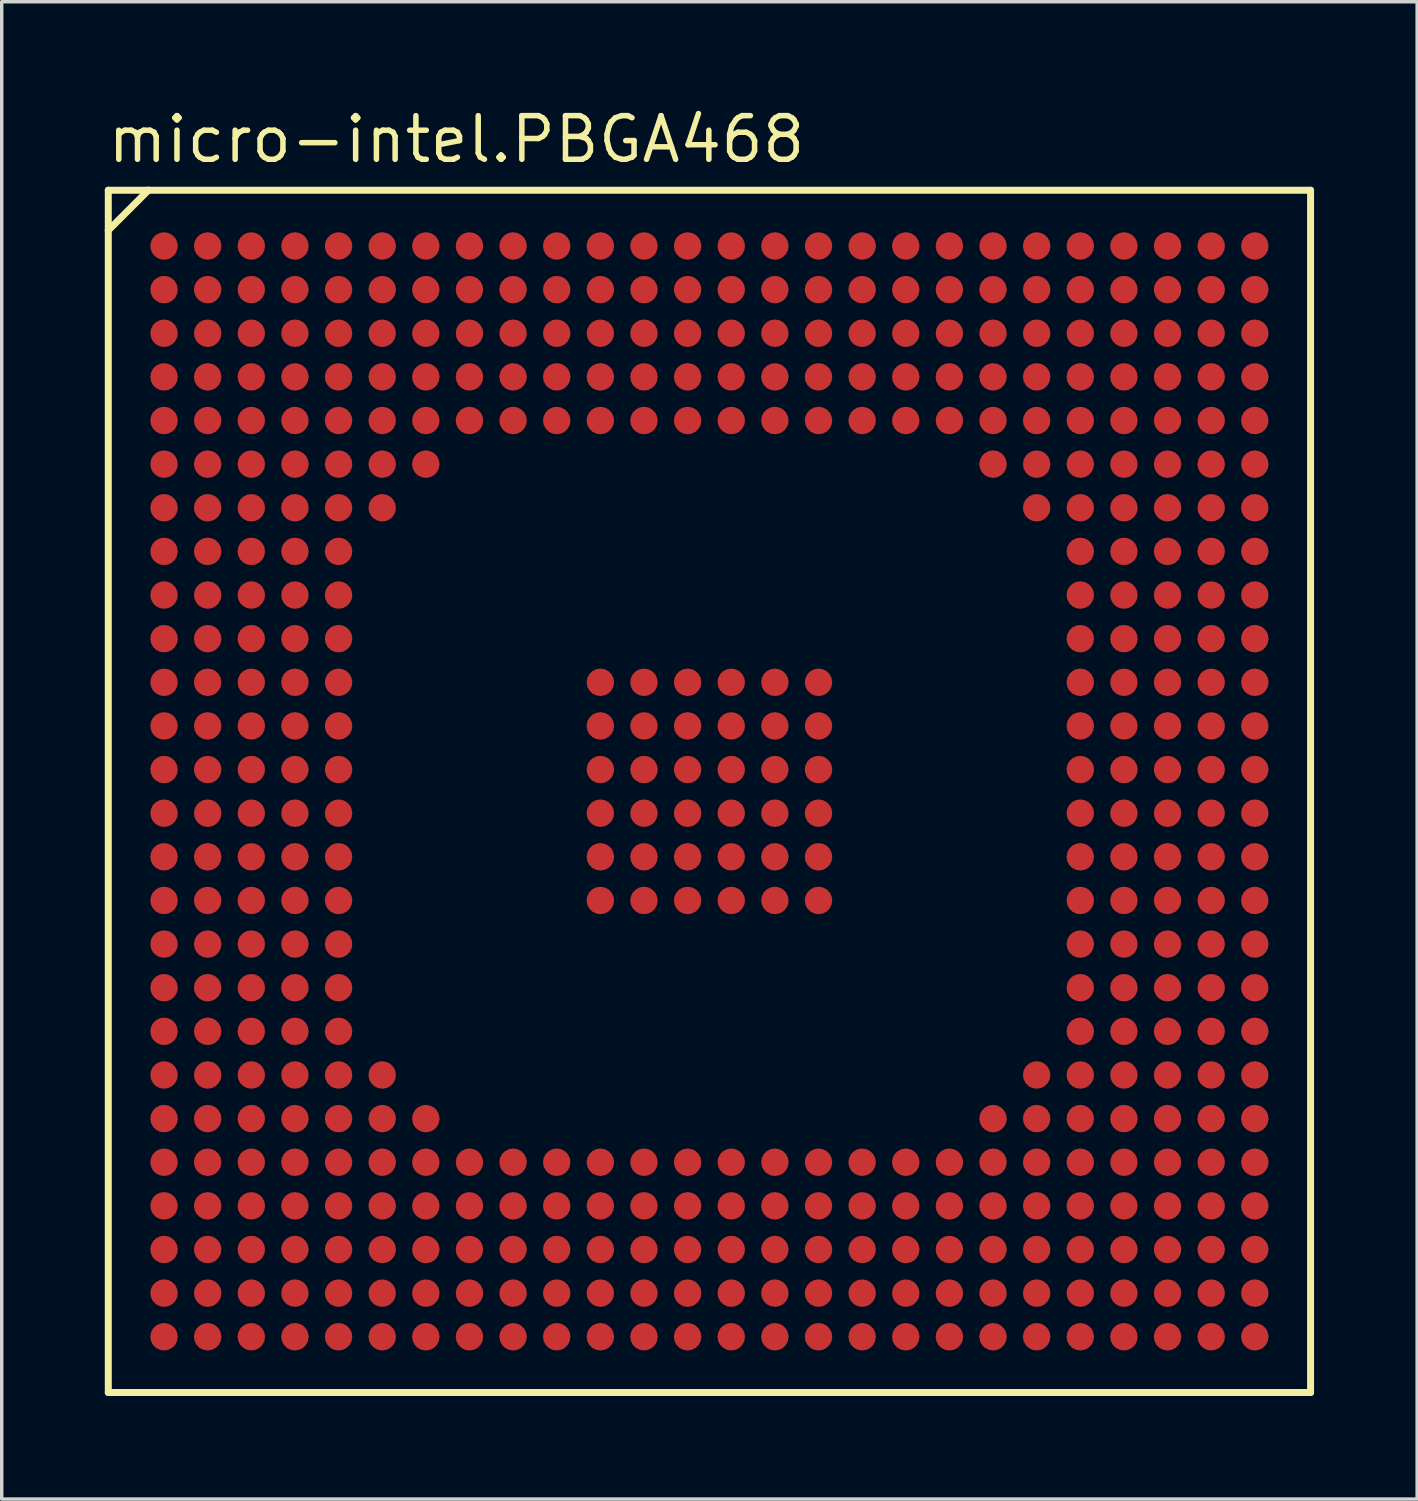
<source format=kicad_pcb>
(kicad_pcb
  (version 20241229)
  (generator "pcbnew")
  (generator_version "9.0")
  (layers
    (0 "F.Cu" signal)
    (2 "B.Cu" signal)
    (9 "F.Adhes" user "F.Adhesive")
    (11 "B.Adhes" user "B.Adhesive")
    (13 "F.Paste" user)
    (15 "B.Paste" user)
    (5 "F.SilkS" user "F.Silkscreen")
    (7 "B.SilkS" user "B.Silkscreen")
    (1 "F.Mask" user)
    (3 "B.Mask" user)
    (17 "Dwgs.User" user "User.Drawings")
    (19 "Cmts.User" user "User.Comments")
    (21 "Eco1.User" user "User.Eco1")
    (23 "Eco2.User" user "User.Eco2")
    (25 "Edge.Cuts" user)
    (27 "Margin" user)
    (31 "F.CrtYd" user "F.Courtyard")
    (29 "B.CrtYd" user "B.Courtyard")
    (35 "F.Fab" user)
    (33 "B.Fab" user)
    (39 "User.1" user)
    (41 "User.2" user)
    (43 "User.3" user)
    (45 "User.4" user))
  (footprint "micro-intel.PBGA468"
    (layer "F.Cu")
    (at 17.6 19.985)
    (property "Reference" "micro-intel.PBGA468" (at -17.6 -18.235 0) (layer "F.SilkS") (effects (font (size 1.27 1.27) (thickness 0.16)) (justify left bottom)))
    (attr smd)
    (fp_circle (center -15.875 -15.875) (end -15.475 -15.875) (stroke (width 0.1) (type default)) (fill no) (layer "F.Mask"))
    (fp_circle (center -15.875 -14.605) (end -15.475 -14.605) (stroke (width 0.1) (type default)) (fill no) (layer "F.Mask"))
    (fp_circle (center -15.875 -13.335) (end -15.475 -13.335) (stroke (width 0.1) (type default)) (fill no) (layer "F.Mask"))
    (fp_circle (center -15.875 -12.065) (end -15.475 -12.065) (stroke (width 0.1) (type default)) (fill no) (layer "F.Mask"))
    (fp_circle (center -15.875 -10.795) (end -15.475 -10.795) (stroke (width 0.1) (type default)) (fill no) (layer "F.Mask"))
    (fp_circle (center -15.875 -9.525) (end -15.475 -9.525) (stroke (width 0.1) (type default)) (fill no) (layer "F.Mask"))
    (fp_circle (center -15.875 -8.255) (end -15.475 -8.255) (stroke (width 0.1) (type default)) (fill no) (layer "F.Mask"))
    (fp_circle (center -15.875 -6.985) (end -15.475 -6.985) (stroke (width 0.1) (type default)) (fill no) (layer "F.Mask"))
    (fp_circle (center -15.875 -5.715) (end -15.475 -5.715) (stroke (width 0.1) (type default)) (fill no) (layer "F.Mask"))
    (fp_circle (center -15.875 -4.445) (end -15.475 -4.445) (stroke (width 0.1) (type default)) (fill no) (layer "F.Mask"))
    (fp_circle (center -15.875 -3.175) (end -15.475 -3.175) (stroke (width 0.1) (type default)) (fill no) (layer "F.Mask"))
    (fp_circle (center -15.875 -1.905) (end -15.475 -1.905) (stroke (width 0.1) (type default)) (fill no) (layer "F.Mask"))
    (fp_circle (center -15.875 -0.635) (end -15.475 -0.635) (stroke (width 0.1) (type default)) (fill no) (layer "F.Mask"))
    (fp_circle (center -15.875 0.635) (end -15.475 0.635) (stroke (width 0.1) (type default)) (fill no) (layer "F.Mask"))
    (fp_circle (center -15.875 1.905) (end -15.475 1.905) (stroke (width 0.1) (type default)) (fill no) (layer "F.Mask"))
    (fp_circle (center -15.875 3.175) (end -15.475 3.175) (stroke (width 0.1) (type default)) (fill no) (layer "F.Mask"))
    (fp_circle (center -15.875 4.445) (end -15.475 4.445) (stroke (width 0.1) (type default)) (fill no) (layer "F.Mask"))
    (fp_circle (center -15.875 5.715) (end -15.475 5.715) (stroke (width 0.1) (type default)) (fill no) (layer "F.Mask"))
    (fp_circle (center -15.875 6.985) (end -15.475 6.985) (stroke (width 0.1) (type default)) (fill no) (layer "F.Mask"))
    (fp_circle (center -15.875 8.255) (end -15.475 8.255) (stroke (width 0.1) (type default)) (fill no) (layer "F.Mask"))
    (fp_circle (center -15.875 9.525) (end -15.475 9.525) (stroke (width 0.1) (type default)) (fill no) (layer "F.Mask"))
    (fp_circle (center -15.875 10.795) (end -15.475 10.795) (stroke (width 0.1) (type default)) (fill no) (layer "F.Mask"))
    (fp_circle (center -15.875 12.065) (end -15.475 12.065) (stroke (width 0.1) (type default)) (fill no) (layer "F.Mask"))
    (fp_circle (center -15.875 13.335) (end -15.475 13.335) (stroke (width 0.1) (type default)) (fill no) (layer "F.Mask"))
    (fp_circle (center -15.875 14.605) (end -15.475 14.605) (stroke (width 0.1) (type default)) (fill no) (layer "F.Mask"))
    (fp_circle (center -15.875 15.875) (end -15.475 15.875) (stroke (width 0.1) (type default)) (fill no) (layer "F.Mask"))
    (fp_circle (center -14.605 -15.875) (end -14.205 -15.875) (stroke (width 0.1) (type default)) (fill no) (layer "F.Mask"))
    (fp_circle (center -14.605 -14.605) (end -14.205 -14.605) (stroke (width 0.1) (type default)) (fill no) (layer "F.Mask"))
    (fp_circle (center -14.605 -13.335) (end -14.205 -13.335) (stroke (width 0.1) (type default)) (fill no) (layer "F.Mask"))
    (fp_circle (center -14.605 -12.065) (end -14.205 -12.065) (stroke (width 0.1) (type default)) (fill no) (layer "F.Mask"))
    (fp_circle (center -14.605 -10.795) (end -14.205 -10.795) (stroke (width 0.1) (type default)) (fill no) (layer "F.Mask"))
    (fp_circle (center -14.605 -9.525) (end -14.205 -9.525) (stroke (width 0.1) (type default)) (fill no) (layer "F.Mask"))
    (fp_circle (center -14.605 -8.255) (end -14.205 -8.255) (stroke (width 0.1) (type default)) (fill no) (layer "F.Mask"))
    (fp_circle (center -14.605 -6.985) (end -14.205 -6.985) (stroke (width 0.1) (type default)) (fill no) (layer "F.Mask"))
    (fp_circle (center -14.605 -5.715) (end -14.205 -5.715) (stroke (width 0.1) (type default)) (fill no) (layer "F.Mask"))
    (fp_circle (center -14.605 -4.445) (end -14.205 -4.445) (stroke (width 0.1) (type default)) (fill no) (layer "F.Mask"))
    (fp_circle (center -14.605 -3.175) (end -14.205 -3.175) (stroke (width 0.1) (type default)) (fill no) (layer "F.Mask"))
    (fp_circle (center -14.605 -1.905) (end -14.205 -1.905) (stroke (width 0.1) (type default)) (fill no) (layer "F.Mask"))
    (fp_circle (center -14.605 -0.635) (end -14.205 -0.635) (stroke (width 0.1) (type default)) (fill no) (layer "F.Mask"))
    (fp_circle (center -14.605 0.635) (end -14.205 0.635) (stroke (width 0.1) (type default)) (fill no) (layer "F.Mask"))
    (fp_circle (center -14.605 1.905) (end -14.205 1.905) (stroke (width 0.1) (type default)) (fill no) (layer "F.Mask"))
    (fp_circle (center -14.605 3.175) (end -14.205 3.175) (stroke (width 0.1) (type default)) (fill no) (layer "F.Mask"))
    (fp_circle (center -14.605 4.445) (end -14.205 4.445) (stroke (width 0.1) (type default)) (fill no) (layer "F.Mask"))
    (fp_circle (center -14.605 5.715) (end -14.205 5.715) (stroke (width 0.1) (type default)) (fill no) (layer "F.Mask"))
    (fp_circle (center -14.605 6.985) (end -14.205 6.985) (stroke (width 0.1) (type default)) (fill no) (layer "F.Mask"))
    (fp_circle (center -14.605 8.255) (end -14.205 8.255) (stroke (width 0.1) (type default)) (fill no) (layer "F.Mask"))
    (fp_circle (center -14.605 9.525) (end -14.205 9.525) (stroke (width 0.1) (type default)) (fill no) (layer "F.Mask"))
    (fp_circle (center -14.605 10.795) (end -14.205 10.795) (stroke (width 0.1) (type default)) (fill no) (layer "F.Mask"))
    (fp_circle (center -14.605 12.065) (end -14.205 12.065) (stroke (width 0.1) (type default)) (fill no) (layer "F.Mask"))
    (fp_circle (center -14.605 13.335) (end -14.205 13.335) (stroke (width 0.1) (type default)) (fill no) (layer "F.Mask"))
    (fp_circle (center -14.605 14.605) (end -14.205 14.605) (stroke (width 0.1) (type default)) (fill no) (layer "F.Mask"))
    (fp_circle (center -14.605 15.875) (end -14.205 15.875) (stroke (width 0.1) (type default)) (fill no) (layer "F.Mask"))
    (fp_circle (center -13.335 -15.875) (end -12.935 -15.875) (stroke (width 0.1) (type default)) (fill no) (layer "F.Mask"))
    (fp_circle (center -13.335 -14.605) (end -12.935 -14.605) (stroke (width 0.1) (type default)) (fill no) (layer "F.Mask"))
    (fp_circle (center -13.335 -13.335) (end -12.935 -13.335) (stroke (width 0.1) (type default)) (fill no) (layer "F.Mask"))
    (fp_circle (center -13.335 -12.065) (end -12.935 -12.065) (stroke (width 0.1) (type default)) (fill no) (layer "F.Mask"))
    (fp_circle (center -13.335 -10.795) (end -12.935 -10.795) (stroke (width 0.1) (type default)) (fill no) (layer "F.Mask"))
    (fp_circle (center -13.335 -9.525) (end -12.935 -9.525) (stroke (width 0.1) (type default)) (fill no) (layer "F.Mask"))
    (fp_circle (center -13.335 -8.255) (end -12.935 -8.255) (stroke (width 0.1) (type default)) (fill no) (layer "F.Mask"))
    (fp_circle (center -13.335 -6.985) (end -12.935 -6.985) (stroke (width 0.1) (type default)) (fill no) (layer "F.Mask"))
    (fp_circle (center -13.335 -5.715) (end -12.935 -5.715) (stroke (width 0.1) (type default)) (fill no) (layer "F.Mask"))
    (fp_circle (center -13.335 -4.445) (end -12.935 -4.445) (stroke (width 0.1) (type default)) (fill no) (layer "F.Mask"))
    (fp_circle (center -13.335 -3.175) (end -12.935 -3.175) (stroke (width 0.1) (type default)) (fill no) (layer "F.Mask"))
    (fp_circle (center -13.335 -1.905) (end -12.935 -1.905) (stroke (width 0.1) (type default)) (fill no) (layer "F.Mask"))
    (fp_circle (center -13.335 -0.635) (end -12.935 -0.635) (stroke (width 0.1) (type default)) (fill no) (layer "F.Mask"))
    (fp_circle (center -13.335 0.635) (end -12.935 0.635) (stroke (width 0.1) (type default)) (fill no) (layer "F.Mask"))
    (fp_circle (center -13.335 1.905) (end -12.935 1.905) (stroke (width 0.1) (type default)) (fill no) (layer "F.Mask"))
    (fp_circle (center -13.335 3.175) (end -12.935 3.175) (stroke (width 0.1) (type default)) (fill no) (layer "F.Mask"))
    (fp_circle (center -13.335 4.445) (end -12.935 4.445) (stroke (width 0.1) (type default)) (fill no) (layer "F.Mask"))
    (fp_circle (center -13.335 5.715) (end -12.935 5.715) (stroke (width 0.1) (type default)) (fill no) (layer "F.Mask"))
    (fp_circle (center -13.335 6.985) (end -12.935 6.985) (stroke (width 0.1) (type default)) (fill no) (layer "F.Mask"))
    (fp_circle (center -13.335 8.255) (end -12.935 8.255) (stroke (width 0.1) (type default)) (fill no) (layer "F.Mask"))
    (fp_circle (center -13.335 9.525) (end -12.935 9.525) (stroke (width 0.1) (type default)) (fill no) (layer "F.Mask"))
    (fp_circle (center -13.335 10.795) (end -12.935 10.795) (stroke (width 0.1) (type default)) (fill no) (layer "F.Mask"))
    (fp_circle (center -13.335 12.065) (end -12.935 12.065) (stroke (width 0.1) (type default)) (fill no) (layer "F.Mask"))
    (fp_circle (center -13.335 13.335) (end -12.935 13.335) (stroke (width 0.1) (type default)) (fill no) (layer "F.Mask"))
    (fp_circle (center -13.335 14.605) (end -12.935 14.605) (stroke (width 0.1) (type default)) (fill no) (layer "F.Mask"))
    (fp_circle (center -13.335 15.875) (end -12.935 15.875) (stroke (width 0.1) (type default)) (fill no) (layer "F.Mask"))
    (fp_circle (center -12.065 -15.875) (end -11.665 -15.875) (stroke (width 0.1) (type default)) (fill no) (layer "F.Mask"))
    (fp_circle (center -12.065 -14.605) (end -11.665 -14.605) (stroke (width 0.1) (type default)) (fill no) (layer "F.Mask"))
    (fp_circle (center -12.065 -13.335) (end -11.665 -13.335) (stroke (width 0.1) (type default)) (fill no) (layer "F.Mask"))
    (fp_circle (center -12.065 -12.065) (end -11.665 -12.065) (stroke (width 0.1) (type default)) (fill no) (layer "F.Mask"))
    (fp_circle (center -12.065 -10.795) (end -11.665 -10.795) (stroke (width 0.1) (type default)) (fill no) (layer "F.Mask"))
    (fp_circle (center -12.065 -9.525) (end -11.665 -9.525) (stroke (width 0.1) (type default)) (fill no) (layer "F.Mask"))
    (fp_circle (center -12.065 -8.255) (end -11.665 -8.255) (stroke (width 0.1) (type default)) (fill no) (layer "F.Mask"))
    (fp_circle (center -12.065 -6.985) (end -11.665 -6.985) (stroke (width 0.1) (type default)) (fill no) (layer "F.Mask"))
    (fp_circle (center -12.065 -5.715) (end -11.665 -5.715) (stroke (width 0.1) (type default)) (fill no) (layer "F.Mask"))
    (fp_circle (center -12.065 -4.445) (end -11.665 -4.445) (stroke (width 0.1) (type default)) (fill no) (layer "F.Mask"))
    (fp_circle (center -12.065 -3.175) (end -11.665 -3.175) (stroke (width 0.1) (type default)) (fill no) (layer "F.Mask"))
    (fp_circle (center -12.065 -1.905) (end -11.665 -1.905) (stroke (width 0.1) (type default)) (fill no) (layer "F.Mask"))
    (fp_circle (center -12.065 -0.635) (end -11.665 -0.635) (stroke (width 0.1) (type default)) (fill no) (layer "F.Mask"))
    (fp_circle (center -12.065 0.635) (end -11.665 0.635) (stroke (width 0.1) (type default)) (fill no) (layer "F.Mask"))
    (fp_circle (center -12.065 1.905) (end -11.665 1.905) (stroke (width 0.1) (type default)) (fill no) (layer "F.Mask"))
    (fp_circle (center -12.065 3.175) (end -11.665 3.175) (stroke (width 0.1) (type default)) (fill no) (layer "F.Mask"))
    (fp_circle (center -12.065 4.445) (end -11.665 4.445) (stroke (width 0.1) (type default)) (fill no) (layer "F.Mask"))
    (fp_circle (center -12.065 5.715) (end -11.665 5.715) (stroke (width 0.1) (type default)) (fill no) (layer "F.Mask"))
    (fp_circle (center -12.065 6.985) (end -11.665 6.985) (stroke (width 0.1) (type default)) (fill no) (layer "F.Mask"))
    (fp_circle (center -12.065 8.255) (end -11.665 8.255) (stroke (width 0.1) (type default)) (fill no) (layer "F.Mask"))
    (fp_circle (center -12.065 9.525) (end -11.665 9.525) (stroke (width 0.1) (type default)) (fill no) (layer "F.Mask"))
    (fp_circle (center -12.065 10.795) (end -11.665 10.795) (stroke (width 0.1) (type default)) (fill no) (layer "F.Mask"))
    (fp_circle (center -12.065 12.065) (end -11.665 12.065) (stroke (width 0.1) (type default)) (fill no) (layer "F.Mask"))
    (fp_circle (center -12.065 13.335) (end -11.665 13.335) (stroke (width 0.1) (type default)) (fill no) (layer "F.Mask"))
    (fp_circle (center -12.065 14.605) (end -11.665 14.605) (stroke (width 0.1) (type default)) (fill no) (layer "F.Mask"))
    (fp_circle (center -12.065 15.875) (end -11.665 15.875) (stroke (width 0.1) (type default)) (fill no) (layer "F.Mask"))
    (fp_circle (center -10.795 -15.875) (end -10.395 -15.875) (stroke (width 0.1) (type default)) (fill no) (layer "F.Mask"))
    (fp_circle (center -10.795 -14.605) (end -10.395 -14.605) (stroke (width 0.1) (type default)) (fill no) (layer "F.Mask"))
    (fp_circle (center -10.795 -13.335) (end -10.395 -13.335) (stroke (width 0.1) (type default)) (fill no) (layer "F.Mask"))
    (fp_circle (center -10.795 -12.065) (end -10.395 -12.065) (stroke (width 0.1) (type default)) (fill no) (layer "F.Mask"))
    (fp_circle (center -10.795 -10.795) (end -10.395 -10.795) (stroke (width 0.1) (type default)) (fill no) (layer "F.Mask"))
    (fp_circle (center -10.795 -9.525) (end -10.395 -9.525) (stroke (width 0.1) (type default)) (fill no) (layer "F.Mask"))
    (fp_circle (center -10.795 -8.255) (end -10.395 -8.255) (stroke (width 0.1) (type default)) (fill no) (layer "F.Mask"))
    (fp_circle (center -10.795 -6.985) (end -10.395 -6.985) (stroke (width 0.1) (type default)) (fill no) (layer "F.Mask"))
    (fp_circle (center -10.795 -5.715) (end -10.395 -5.715) (stroke (width 0.1) (type default)) (fill no) (layer "F.Mask"))
    (fp_circle (center -10.795 -4.445) (end -10.395 -4.445) (stroke (width 0.1) (type default)) (fill no) (layer "F.Mask"))
    (fp_circle (center -10.795 -3.175) (end -10.395 -3.175) (stroke (width 0.1) (type default)) (fill no) (layer "F.Mask"))
    (fp_circle (center -10.795 -1.905) (end -10.395 -1.905) (stroke (width 0.1) (type default)) (fill no) (layer "F.Mask"))
    (fp_circle (center -10.795 -0.635) (end -10.395 -0.635) (stroke (width 0.1) (type default)) (fill no) (layer "F.Mask"))
    (fp_circle (center -10.795 0.635) (end -10.395 0.635) (stroke (width 0.1) (type default)) (fill no) (layer "F.Mask"))
    (fp_circle (center -10.795 1.905) (end -10.395 1.905) (stroke (width 0.1) (type default)) (fill no) (layer "F.Mask"))
    (fp_circle (center -10.795 3.175) (end -10.395 3.175) (stroke (width 0.1) (type default)) (fill no) (layer "F.Mask"))
    (fp_circle (center -10.795 4.445) (end -10.395 4.445) (stroke (width 0.1) (type default)) (fill no) (layer "F.Mask"))
    (fp_circle (center -10.795 5.715) (end -10.395 5.715) (stroke (width 0.1) (type default)) (fill no) (layer "F.Mask"))
    (fp_circle (center -10.795 6.985) (end -10.395 6.985) (stroke (width 0.1) (type default)) (fill no) (layer "F.Mask"))
    (fp_circle (center -10.795 8.255) (end -10.395 8.255) (stroke (width 0.1) (type default)) (fill no) (layer "F.Mask"))
    (fp_circle (center -10.795 9.525) (end -10.395 9.525) (stroke (width 0.1) (type default)) (fill no) (layer "F.Mask"))
    (fp_circle (center -10.795 10.795) (end -10.395 10.795) (stroke (width 0.1) (type default)) (fill no) (layer "F.Mask"))
    (fp_circle (center -10.795 12.065) (end -10.395 12.065) (stroke (width 0.1) (type default)) (fill no) (layer "F.Mask"))
    (fp_circle (center -10.795 13.335) (end -10.395 13.335) (stroke (width 0.1) (type default)) (fill no) (layer "F.Mask"))
    (fp_circle (center -10.795 14.605) (end -10.395 14.605) (stroke (width 0.1) (type default)) (fill no) (layer "F.Mask"))
    (fp_circle (center -10.795 15.875) (end -10.395 15.875) (stroke (width 0.1) (type default)) (fill no) (layer "F.Mask"))
    (fp_circle (center -9.525 -15.875) (end -9.125 -15.875) (stroke (width 0.1) (type default)) (fill no) (layer "F.Mask"))
    (fp_circle (center -9.525 -14.605) (end -9.125 -14.605) (stroke (width 0.1) (type default)) (fill no) (layer "F.Mask"))
    (fp_circle (center -9.525 -13.335) (end -9.125 -13.335) (stroke (width 0.1) (type default)) (fill no) (layer "F.Mask"))
    (fp_circle (center -9.525 -12.065) (end -9.125 -12.065) (stroke (width 0.1) (type default)) (fill no) (layer "F.Mask"))
    (fp_circle (center -9.525 -10.795) (end -9.125 -10.795) (stroke (width 0.1) (type default)) (fill no) (layer "F.Mask"))
    (fp_circle (center -9.525 -9.525) (end -9.125 -9.525) (stroke (width 0.1) (type default)) (fill no) (layer "F.Mask"))
    (fp_circle (center -9.525 -8.255) (end -9.125 -8.255) (stroke (width 0.1) (type default)) (fill no) (layer "F.Mask"))
    (fp_circle (center -9.525 8.255) (end -9.125 8.255) (stroke (width 0.1) (type default)) (fill no) (layer "F.Mask"))
    (fp_circle (center -9.525 9.525) (end -9.125 9.525) (stroke (width 0.1) (type default)) (fill no) (layer "F.Mask"))
    (fp_circle (center -9.525 10.795) (end -9.125 10.795) (stroke (width 0.1) (type default)) (fill no) (layer "F.Mask"))
    (fp_circle (center -9.525 12.065) (end -9.125 12.065) (stroke (width 0.1) (type default)) (fill no) (layer "F.Mask"))
    (fp_circle (center -9.525 13.335) (end -9.125 13.335) (stroke (width 0.1) (type default)) (fill no) (layer "F.Mask"))
    (fp_circle (center -9.525 14.605) (end -9.125 14.605) (stroke (width 0.1) (type default)) (fill no) (layer "F.Mask"))
    (fp_circle (center -9.525 15.875) (end -9.125 15.875) (stroke (width 0.1) (type default)) (fill no) (layer "F.Mask"))
    (fp_circle (center -8.255 -15.875) (end -7.855 -15.875) (stroke (width 0.1) (type default)) (fill no) (layer "F.Mask"))
    (fp_circle (center -8.255 -14.605) (end -7.855 -14.605) (stroke (width 0.1) (type default)) (fill no) (layer "F.Mask"))
    (fp_circle (center -8.255 -13.335) (end -7.855 -13.335) (stroke (width 0.1) (type default)) (fill no) (layer "F.Mask"))
    (fp_circle (center -8.255 -12.065) (end -7.855 -12.065) (stroke (width 0.1) (type default)) (fill no) (layer "F.Mask"))
    (fp_circle (center -8.255 -10.795) (end -7.855 -10.795) (stroke (width 0.1) (type default)) (fill no) (layer "F.Mask"))
    (fp_circle (center -8.255 -9.525) (end -7.855 -9.525) (stroke (width 0.1) (type default)) (fill no) (layer "F.Mask"))
    (fp_circle (center -8.255 9.525) (end -7.855 9.525) (stroke (width 0.1) (type default)) (fill no) (layer "F.Mask"))
    (fp_circle (center -8.255 10.795) (end -7.855 10.795) (stroke (width 0.1) (type default)) (fill no) (layer "F.Mask"))
    (fp_circle (center -8.255 12.065) (end -7.855 12.065) (stroke (width 0.1) (type default)) (fill no) (layer "F.Mask"))
    (fp_circle (center -8.255 13.335) (end -7.855 13.335) (stroke (width 0.1) (type default)) (fill no) (layer "F.Mask"))
    (fp_circle (center -8.255 14.605) (end -7.855 14.605) (stroke (width 0.1) (type default)) (fill no) (layer "F.Mask"))
    (fp_circle (center -8.255 15.875) (end -7.855 15.875) (stroke (width 0.1) (type default)) (fill no) (layer "F.Mask"))
    (fp_circle (center -6.985 -15.875) (end -6.585 -15.875) (stroke (width 0.1) (type default)) (fill no) (layer "F.Mask"))
    (fp_circle (center -6.985 -14.605) (end -6.585 -14.605) (stroke (width 0.1) (type default)) (fill no) (layer "F.Mask"))
    (fp_circle (center -6.985 -13.335) (end -6.585 -13.335) (stroke (width 0.1) (type default)) (fill no) (layer "F.Mask"))
    (fp_circle (center -6.985 -12.065) (end -6.585 -12.065) (stroke (width 0.1) (type default)) (fill no) (layer "F.Mask"))
    (fp_circle (center -6.985 -10.795) (end -6.585 -10.795) (stroke (width 0.1) (type default)) (fill no) (layer "F.Mask"))
    (fp_circle (center -6.985 10.795) (end -6.585 10.795) (stroke (width 0.1) (type default)) (fill no) (layer "F.Mask"))
    (fp_circle (center -6.985 12.065) (end -6.585 12.065) (stroke (width 0.1) (type default)) (fill no) (layer "F.Mask"))
    (fp_circle (center -6.985 13.335) (end -6.585 13.335) (stroke (width 0.1) (type default)) (fill no) (layer "F.Mask"))
    (fp_circle (center -6.985 14.605) (end -6.585 14.605) (stroke (width 0.1) (type default)) (fill no) (layer "F.Mask"))
    (fp_circle (center -6.985 15.875) (end -6.585 15.875) (stroke (width 0.1) (type default)) (fill no) (layer "F.Mask"))
    (fp_circle (center -5.715 -15.875) (end -5.315 -15.875) (stroke (width 0.1) (type default)) (fill no) (layer "F.Mask"))
    (fp_circle (center -5.715 -14.605) (end -5.315 -14.605) (stroke (width 0.1) (type default)) (fill no) (layer "F.Mask"))
    (fp_circle (center -5.715 -13.335) (end -5.315 -13.335) (stroke (width 0.1) (type default)) (fill no) (layer "F.Mask"))
    (fp_circle (center -5.715 -12.065) (end -5.315 -12.065) (stroke (width 0.1) (type default)) (fill no) (layer "F.Mask"))
    (fp_circle (center -5.715 -10.795) (end -5.315 -10.795) (stroke (width 0.1) (type default)) (fill no) (layer "F.Mask"))
    (fp_circle (center -5.715 10.795) (end -5.315 10.795) (stroke (width 0.1) (type default)) (fill no) (layer "F.Mask"))
    (fp_circle (center -5.715 12.065) (end -5.315 12.065) (stroke (width 0.1) (type default)) (fill no) (layer "F.Mask"))
    (fp_circle (center -5.715 13.335) (end -5.315 13.335) (stroke (width 0.1) (type default)) (fill no) (layer "F.Mask"))
    (fp_circle (center -5.715 14.605) (end -5.315 14.605) (stroke (width 0.1) (type default)) (fill no) (layer "F.Mask"))
    (fp_circle (center -5.715 15.875) (end -5.315 15.875) (stroke (width 0.1) (type default)) (fill no) (layer "F.Mask"))
    (fp_circle (center -4.445 -15.875) (end -4.045 -15.875) (stroke (width 0.1) (type default)) (fill no) (layer "F.Mask"))
    (fp_circle (center -4.445 -14.605) (end -4.045 -14.605) (stroke (width 0.1) (type default)) (fill no) (layer "F.Mask"))
    (fp_circle (center -4.445 -13.335) (end -4.045 -13.335) (stroke (width 0.1) (type default)) (fill no) (layer "F.Mask"))
    (fp_circle (center -4.445 -12.065) (end -4.045 -12.065) (stroke (width 0.1) (type default)) (fill no) (layer "F.Mask"))
    (fp_circle (center -4.445 -10.795) (end -4.045 -10.795) (stroke (width 0.1) (type default)) (fill no) (layer "F.Mask"))
    (fp_circle (center -4.445 10.795) (end -4.045 10.795) (stroke (width 0.1) (type default)) (fill no) (layer "F.Mask"))
    (fp_circle (center -4.445 12.065) (end -4.045 12.065) (stroke (width 0.1) (type default)) (fill no) (layer "F.Mask"))
    (fp_circle (center -4.445 13.335) (end -4.045 13.335) (stroke (width 0.1) (type default)) (fill no) (layer "F.Mask"))
    (fp_circle (center -4.445 14.605) (end -4.045 14.605) (stroke (width 0.1) (type default)) (fill no) (layer "F.Mask"))
    (fp_circle (center -4.445 15.875) (end -4.045 15.875) (stroke (width 0.1) (type default)) (fill no) (layer "F.Mask"))
    (fp_circle (center -3.175 -15.875) (end -2.775 -15.875) (stroke (width 0.1) (type default)) (fill no) (layer "F.Mask"))
    (fp_circle (center -3.175 -14.605) (end -2.775 -14.605) (stroke (width 0.1) (type default)) (fill no) (layer "F.Mask"))
    (fp_circle (center -3.175 -13.335) (end -2.775 -13.335) (stroke (width 0.1) (type default)) (fill no) (layer "F.Mask"))
    (fp_circle (center -3.175 -12.065) (end -2.775 -12.065) (stroke (width 0.1) (type default)) (fill no) (layer "F.Mask"))
    (fp_circle (center -3.175 -10.795) (end -2.775 -10.795) (stroke (width 0.1) (type default)) (fill no) (layer "F.Mask"))
    (fp_circle (center -3.175 -3.175) (end -2.775 -3.175) (stroke (width 0.1) (type default)) (fill no) (layer "F.Mask"))
    (fp_circle (center -3.175 -1.905) (end -2.775 -1.905) (stroke (width 0.1) (type default)) (fill no) (layer "F.Mask"))
    (fp_circle (center -3.175 -0.635) (end -2.775 -0.635) (stroke (width 0.1) (type default)) (fill no) (layer "F.Mask"))
    (fp_circle (center -3.175 0.635) (end -2.775 0.635) (stroke (width 0.1) (type default)) (fill no) (layer "F.Mask"))
    (fp_circle (center -3.175 1.905) (end -2.775 1.905) (stroke (width 0.1) (type default)) (fill no) (layer "F.Mask"))
    (fp_circle (center -3.175 3.175) (end -2.775 3.175) (stroke (width 0.1) (type default)) (fill no) (layer "F.Mask"))
    (fp_circle (center -3.175 10.795) (end -2.775 10.795) (stroke (width 0.1) (type default)) (fill no) (layer "F.Mask"))
    (fp_circle (center -3.175 12.065) (end -2.775 12.065) (stroke (width 0.1) (type default)) (fill no) (layer "F.Mask"))
    (fp_circle (center -3.175 13.335) (end -2.775 13.335) (stroke (width 0.1) (type default)) (fill no) (layer "F.Mask"))
    (fp_circle (center -3.175 14.605) (end -2.775 14.605) (stroke (width 0.1) (type default)) (fill no) (layer "F.Mask"))
    (fp_circle (center -3.175 15.875) (end -2.775 15.875) (stroke (width 0.1) (type default)) (fill no) (layer "F.Mask"))
    (fp_circle (center -1.905 -15.875) (end -1.505 -15.875) (stroke (width 0.1) (type default)) (fill no) (layer "F.Mask"))
    (fp_circle (center -1.905 -14.605) (end -1.505 -14.605) (stroke (width 0.1) (type default)) (fill no) (layer "F.Mask"))
    (fp_circle (center -1.905 -13.335) (end -1.505 -13.335) (stroke (width 0.1) (type default)) (fill no) (layer "F.Mask"))
    (fp_circle (center -1.905 -12.065) (end -1.505 -12.065) (stroke (width 0.1) (type default)) (fill no) (layer "F.Mask"))
    (fp_circle (center -1.905 -10.795) (end -1.505 -10.795) (stroke (width 0.1) (type default)) (fill no) (layer "F.Mask"))
    (fp_circle (center -1.905 -3.175) (end -1.505 -3.175) (stroke (width 0.1) (type default)) (fill no) (layer "F.Mask"))
    (fp_circle (center -1.905 -1.905) (end -1.505 -1.905) (stroke (width 0.1) (type default)) (fill no) (layer "F.Mask"))
    (fp_circle (center -1.905 -0.635) (end -1.505 -0.635) (stroke (width 0.1) (type default)) (fill no) (layer "F.Mask"))
    (fp_circle (center -1.905 0.635) (end -1.505 0.635) (stroke (width 0.1) (type default)) (fill no) (layer "F.Mask"))
    (fp_circle (center -1.905 1.905) (end -1.505 1.905) (stroke (width 0.1) (type default)) (fill no) (layer "F.Mask"))
    (fp_circle (center -1.905 3.175) (end -1.505 3.175) (stroke (width 0.1) (type default)) (fill no) (layer "F.Mask"))
    (fp_circle (center -1.905 10.795) (end -1.505 10.795) (stroke (width 0.1) (type default)) (fill no) (layer "F.Mask"))
    (fp_circle (center -1.905 12.065) (end -1.505 12.065) (stroke (width 0.1) (type default)) (fill no) (layer "F.Mask"))
    (fp_circle (center -1.905 13.335) (end -1.505 13.335) (stroke (width 0.1) (type default)) (fill no) (layer "F.Mask"))
    (fp_circle (center -1.905 14.605) (end -1.505 14.605) (stroke (width 0.1) (type default)) (fill no) (layer "F.Mask"))
    (fp_circle (center -1.905 15.875) (end -1.505 15.875) (stroke (width 0.1) (type default)) (fill no) (layer "F.Mask"))
    (fp_circle (center -0.635 -15.875) (end -0.235 -15.875) (stroke (width 0.1) (type default)) (fill no) (layer "F.Mask"))
    (fp_circle (center -0.635 -14.605) (end -0.235 -14.605) (stroke (width 0.1) (type default)) (fill no) (layer "F.Mask"))
    (fp_circle (center -0.635 -13.335) (end -0.235 -13.335) (stroke (width 0.1) (type default)) (fill no) (layer "F.Mask"))
    (fp_circle (center -0.635 -12.065) (end -0.235 -12.065) (stroke (width 0.1) (type default)) (fill no) (layer "F.Mask"))
    (fp_circle (center -0.635 -10.795) (end -0.235 -10.795) (stroke (width 0.1) (type default)) (fill no) (layer "F.Mask"))
    (fp_circle (center -0.635 -3.175) (end -0.235 -3.175) (stroke (width 0.1) (type default)) (fill no) (layer "F.Mask"))
    (fp_circle (center -0.635 -1.905) (end -0.235 -1.905) (stroke (width 0.1) (type default)) (fill no) (layer "F.Mask"))
    (fp_circle (center -0.635 -0.635) (end -0.235 -0.635) (stroke (width 0.1) (type default)) (fill no) (layer "F.Mask"))
    (fp_circle (center -0.635 0.635) (end -0.235 0.635) (stroke (width 0.1) (type default)) (fill no) (layer "F.Mask"))
    (fp_circle (center -0.635 1.905) (end -0.235 1.905) (stroke (width 0.1) (type default)) (fill no) (layer "F.Mask"))
    (fp_circle (center -0.635 3.175) (end -0.235 3.175) (stroke (width 0.1) (type default)) (fill no) (layer "F.Mask"))
    (fp_circle (center -0.635 10.795) (end -0.235 10.795) (stroke (width 0.1) (type default)) (fill no) (layer "F.Mask"))
    (fp_circle (center -0.635 12.065) (end -0.235 12.065) (stroke (width 0.1) (type default)) (fill no) (layer "F.Mask"))
    (fp_circle (center -0.635 13.335) (end -0.235 13.335) (stroke (width 0.1) (type default)) (fill no) (layer "F.Mask"))
    (fp_circle (center -0.635 14.605) (end -0.235 14.605) (stroke (width 0.1) (type default)) (fill no) (layer "F.Mask"))
    (fp_circle (center -0.635 15.875) (end -0.235 15.875) (stroke (width 0.1) (type default)) (fill no) (layer "F.Mask"))
    (fp_circle (center 0.635 -15.875) (end 1.035 -15.875) (stroke (width 0.1) (type default)) (fill no) (layer "F.Mask"))
    (fp_circle (center 0.635 -14.605) (end 1.035 -14.605) (stroke (width 0.1) (type default)) (fill no) (layer "F.Mask"))
    (fp_circle (center 0.635 -13.335) (end 1.035 -13.335) (stroke (width 0.1) (type default)) (fill no) (layer "F.Mask"))
    (fp_circle (center 0.635 -12.065) (end 1.035 -12.065) (stroke (width 0.1) (type default)) (fill no) (layer "F.Mask"))
    (fp_circle (center 0.635 -10.795) (end 1.035 -10.795) (stroke (width 0.1) (type default)) (fill no) (layer "F.Mask"))
    (fp_circle (center 0.635 -3.175) (end 1.035 -3.175) (stroke (width 0.1) (type default)) (fill no) (layer "F.Mask"))
    (fp_circle (center 0.635 -1.905) (end 1.035 -1.905) (stroke (width 0.1) (type default)) (fill no) (layer "F.Mask"))
    (fp_circle (center 0.635 -0.635) (end 1.035 -0.635) (stroke (width 0.1) (type default)) (fill no) (layer "F.Mask"))
    (fp_circle (center 0.635 0.635) (end 1.035 0.635) (stroke (width 0.1) (type default)) (fill no) (layer "F.Mask"))
    (fp_circle (center 0.635 1.905) (end 1.035 1.905) (stroke (width 0.1) (type default)) (fill no) (layer "F.Mask"))
    (fp_circle (center 0.635 3.175) (end 1.035 3.175) (stroke (width 0.1) (type default)) (fill no) (layer "F.Mask"))
    (fp_circle (center 0.635 10.795) (end 1.035 10.795) (stroke (width 0.1) (type default)) (fill no) (layer "F.Mask"))
    (fp_circle (center 0.635 12.065) (end 1.035 12.065) (stroke (width 0.1) (type default)) (fill no) (layer "F.Mask"))
    (fp_circle (center 0.635 13.335) (end 1.035 13.335) (stroke (width 0.1) (type default)) (fill no) (layer "F.Mask"))
    (fp_circle (center 0.635 14.605) (end 1.035 14.605) (stroke (width 0.1) (type default)) (fill no) (layer "F.Mask"))
    (fp_circle (center 0.635 15.875) (end 1.035 15.875) (stroke (width 0.1) (type default)) (fill no) (layer "F.Mask"))
    (fp_circle (center 1.905 -15.875) (end 2.305 -15.875) (stroke (width 0.1) (type default)) (fill no) (layer "F.Mask"))
    (fp_circle (center 1.905 -14.605) (end 2.305 -14.605) (stroke (width 0.1) (type default)) (fill no) (layer "F.Mask"))
    (fp_circle (center 1.905 -13.335) (end 2.305 -13.335) (stroke (width 0.1) (type default)) (fill no) (layer "F.Mask"))
    (fp_circle (center 1.905 -12.065) (end 2.305 -12.065) (stroke (width 0.1) (type default)) (fill no) (layer "F.Mask"))
    (fp_circle (center 1.905 -10.795) (end 2.305 -10.795) (stroke (width 0.1) (type default)) (fill no) (layer "F.Mask"))
    (fp_circle (center 1.905 -3.175) (end 2.305 -3.175) (stroke (width 0.1) (type default)) (fill no) (layer "F.Mask"))
    (fp_circle (center 1.905 -1.905) (end 2.305 -1.905) (stroke (width 0.1) (type default)) (fill no) (layer "F.Mask"))
    (fp_circle (center 1.905 -0.635) (end 2.305 -0.635) (stroke (width 0.1) (type default)) (fill no) (layer "F.Mask"))
    (fp_circle (center 1.905 0.635) (end 2.305 0.635) (stroke (width 0.1) (type default)) (fill no) (layer "F.Mask"))
    (fp_circle (center 1.905 1.905) (end 2.305 1.905) (stroke (width 0.1) (type default)) (fill no) (layer "F.Mask"))
    (fp_circle (center 1.905 3.175) (end 2.305 3.175) (stroke (width 0.1) (type default)) (fill no) (layer "F.Mask"))
    (fp_circle (center 1.905 10.795) (end 2.305 10.795) (stroke (width 0.1) (type default)) (fill no) (layer "F.Mask"))
    (fp_circle (center 1.905 12.065) (end 2.305 12.065) (stroke (width 0.1) (type default)) (fill no) (layer "F.Mask"))
    (fp_circle (center 1.905 13.335) (end 2.305 13.335) (stroke (width 0.1) (type default)) (fill no) (layer "F.Mask"))
    (fp_circle (center 1.905 14.605) (end 2.305 14.605) (stroke (width 0.1) (type default)) (fill no) (layer "F.Mask"))
    (fp_circle (center 1.905 15.875) (end 2.305 15.875) (stroke (width 0.1) (type default)) (fill no) (layer "F.Mask"))
    (fp_circle (center 3.175 -15.875) (end 3.575 -15.875) (stroke (width 0.1) (type default)) (fill no) (layer "F.Mask"))
    (fp_circle (center 3.175 -14.605) (end 3.575 -14.605) (stroke (width 0.1) (type default)) (fill no) (layer "F.Mask"))
    (fp_circle (center 3.175 -13.335) (end 3.575 -13.335) (stroke (width 0.1) (type default)) (fill no) (layer "F.Mask"))
    (fp_circle (center 3.175 -12.065) (end 3.575 -12.065) (stroke (width 0.1) (type default)) (fill no) (layer "F.Mask"))
    (fp_circle (center 3.175 -10.795) (end 3.575 -10.795) (stroke (width 0.1) (type default)) (fill no) (layer "F.Mask"))
    (fp_circle (center 3.175 -3.175) (end 3.575 -3.175) (stroke (width 0.1) (type default)) (fill no) (layer "F.Mask"))
    (fp_circle (center 3.175 -1.905) (end 3.575 -1.905) (stroke (width 0.1) (type default)) (fill no) (layer "F.Mask"))
    (fp_circle (center 3.175 -0.635) (end 3.575 -0.635) (stroke (width 0.1) (type default)) (fill no) (layer "F.Mask"))
    (fp_circle (center 3.175 0.635) (end 3.575 0.635) (stroke (width 0.1) (type default)) (fill no) (layer "F.Mask"))
    (fp_circle (center 3.175 1.905) (end 3.575 1.905) (stroke (width 0.1) (type default)) (fill no) (layer "F.Mask"))
    (fp_circle (center 3.175 3.175) (end 3.575 3.175) (stroke (width 0.1) (type default)) (fill no) (layer "F.Mask"))
    (fp_circle (center 3.175 10.795) (end 3.575 10.795) (stroke (width 0.1) (type default)) (fill no) (layer "F.Mask"))
    (fp_circle (center 3.175 12.065) (end 3.575 12.065) (stroke (width 0.1) (type default)) (fill no) (layer "F.Mask"))
    (fp_circle (center 3.175 13.335) (end 3.575 13.335) (stroke (width 0.1) (type default)) (fill no) (layer "F.Mask"))
    (fp_circle (center 3.175 14.605) (end 3.575 14.605) (stroke (width 0.1) (type default)) (fill no) (layer "F.Mask"))
    (fp_circle (center 3.175 15.875) (end 3.575 15.875) (stroke (width 0.1) (type default)) (fill no) (layer "F.Mask"))
    (fp_circle (center 4.445 -15.875) (end 4.845 -15.875) (stroke (width 0.1) (type default)) (fill no) (layer "F.Mask"))
    (fp_circle (center 4.445 -14.605) (end 4.845 -14.605) (stroke (width 0.1) (type default)) (fill no) (layer "F.Mask"))
    (fp_circle (center 4.445 -13.335) (end 4.845 -13.335) (stroke (width 0.1) (type default)) (fill no) (layer "F.Mask"))
    (fp_circle (center 4.445 -12.065) (end 4.845 -12.065) (stroke (width 0.1) (type default)) (fill no) (layer "F.Mask"))
    (fp_circle (center 4.445 -10.795) (end 4.845 -10.795) (stroke (width 0.1) (type default)) (fill no) (layer "F.Mask"))
    (fp_circle (center 4.445 10.795) (end 4.845 10.795) (stroke (width 0.1) (type default)) (fill no) (layer "F.Mask"))
    (fp_circle (center 4.445 12.065) (end 4.845 12.065) (stroke (width 0.1) (type default)) (fill no) (layer "F.Mask"))
    (fp_circle (center 4.445 13.335) (end 4.845 13.335) (stroke (width 0.1) (type default)) (fill no) (layer "F.Mask"))
    (fp_circle (center 4.445 14.605) (end 4.845 14.605) (stroke (width 0.1) (type default)) (fill no) (layer "F.Mask"))
    (fp_circle (center 4.445 15.875) (end 4.845 15.875) (stroke (width 0.1) (type default)) (fill no) (layer "F.Mask"))
    (fp_circle (center 5.715 -15.875) (end 6.115 -15.875) (stroke (width 0.1) (type default)) (fill no) (layer "F.Mask"))
    (fp_circle (center 5.715 -14.605) (end 6.115 -14.605) (stroke (width 0.1) (type default)) (fill no) (layer "F.Mask"))
    (fp_circle (center 5.715 -13.335) (end 6.115 -13.335) (stroke (width 0.1) (type default)) (fill no) (layer "F.Mask"))
    (fp_circle (center 5.715 -12.065) (end 6.115 -12.065) (stroke (width 0.1) (type default)) (fill no) (layer "F.Mask"))
    (fp_circle (center 5.715 -10.795) (end 6.115 -10.795) (stroke (width 0.1) (type default)) (fill no) (layer "F.Mask"))
    (fp_circle (center 5.715 10.795) (end 6.115 10.795) (stroke (width 0.1) (type default)) (fill no) (layer "F.Mask"))
    (fp_circle (center 5.715 12.065) (end 6.115 12.065) (stroke (width 0.1) (type default)) (fill no) (layer "F.Mask"))
    (fp_circle (center 5.715 13.335) (end 6.115 13.335) (stroke (width 0.1) (type default)) (fill no) (layer "F.Mask"))
    (fp_circle (center 5.715 14.605) (end 6.115 14.605) (stroke (width 0.1) (type default)) (fill no) (layer "F.Mask"))
    (fp_circle (center 5.715 15.875) (end 6.115 15.875) (stroke (width 0.1) (type default)) (fill no) (layer "F.Mask"))
    (fp_circle (center 6.985 -15.875) (end 7.385 -15.875) (stroke (width 0.1) (type default)) (fill no) (layer "F.Mask"))
    (fp_circle (center 6.985 -14.605) (end 7.385 -14.605) (stroke (width 0.1) (type default)) (fill no) (layer "F.Mask"))
    (fp_circle (center 6.985 -13.335) (end 7.385 -13.335) (stroke (width 0.1) (type default)) (fill no) (layer "F.Mask"))
    (fp_circle (center 6.985 -12.065) (end 7.385 -12.065) (stroke (width 0.1) (type default)) (fill no) (layer "F.Mask"))
    (fp_circle (center 6.985 -10.795) (end 7.385 -10.795) (stroke (width 0.1) (type default)) (fill no) (layer "F.Mask"))
    (fp_circle (center 6.985 10.795) (end 7.385 10.795) (stroke (width 0.1) (type default)) (fill no) (layer "F.Mask"))
    (fp_circle (center 6.985 12.065) (end 7.385 12.065) (stroke (width 0.1) (type default)) (fill no) (layer "F.Mask"))
    (fp_circle (center 6.985 13.335) (end 7.385 13.335) (stroke (width 0.1) (type default)) (fill no) (layer "F.Mask"))
    (fp_circle (center 6.985 14.605) (end 7.385 14.605) (stroke (width 0.1) (type default)) (fill no) (layer "F.Mask"))
    (fp_circle (center 6.985 15.875) (end 7.385 15.875) (stroke (width 0.1) (type default)) (fill no) (layer "F.Mask"))
    (fp_circle (center 8.255 -15.875) (end 8.655 -15.875) (stroke (width 0.1) (type default)) (fill no) (layer "F.Mask"))
    (fp_circle (center 8.255 -14.605) (end 8.655 -14.605) (stroke (width 0.1) (type default)) (fill no) (layer "F.Mask"))
    (fp_circle (center 8.255 -13.335) (end 8.655 -13.335) (stroke (width 0.1) (type default)) (fill no) (layer "F.Mask"))
    (fp_circle (center 8.255 -12.065) (end 8.655 -12.065) (stroke (width 0.1) (type default)) (fill no) (layer "F.Mask"))
    (fp_circle (center 8.255 -10.795) (end 8.655 -10.795) (stroke (width 0.1) (type default)) (fill no) (layer "F.Mask"))
    (fp_circle (center 8.255 -9.525) (end 8.655 -9.525) (stroke (width 0.1) (type default)) (fill no) (layer "F.Mask"))
    (fp_circle (center 8.255 9.525) (end 8.655 9.525) (stroke (width 0.1) (type default)) (fill no) (layer "F.Mask"))
    (fp_circle (center 8.255 10.795) (end 8.655 10.795) (stroke (width 0.1) (type default)) (fill no) (layer "F.Mask"))
    (fp_circle (center 8.255 12.065) (end 8.655 12.065) (stroke (width 0.1) (type default)) (fill no) (layer "F.Mask"))
    (fp_circle (center 8.255 13.335) (end 8.655 13.335) (stroke (width 0.1) (type default)) (fill no) (layer "F.Mask"))
    (fp_circle (center 8.255 14.605) (end 8.655 14.605) (stroke (width 0.1) (type default)) (fill no) (layer "F.Mask"))
    (fp_circle (center 8.255 15.875) (end 8.655 15.875) (stroke (width 0.1) (type default)) (fill no) (layer "F.Mask"))
    (fp_circle (center 9.525 -15.875) (end 9.925 -15.875) (stroke (width 0.1) (type default)) (fill no) (layer "F.Mask"))
    (fp_circle (center 9.525 -14.605) (end 9.925 -14.605) (stroke (width 0.1) (type default)) (fill no) (layer "F.Mask"))
    (fp_circle (center 9.525 -13.335) (end 9.925 -13.335) (stroke (width 0.1) (type default)) (fill no) (layer "F.Mask"))
    (fp_circle (center 9.525 -12.065) (end 9.925 -12.065) (stroke (width 0.1) (type default)) (fill no) (layer "F.Mask"))
    (fp_circle (center 9.525 -10.795) (end 9.925 -10.795) (stroke (width 0.1) (type default)) (fill no) (layer "F.Mask"))
    (fp_circle (center 9.525 -9.525) (end 9.925 -9.525) (stroke (width 0.1) (type default)) (fill no) (layer "F.Mask"))
    (fp_circle (center 9.525 -8.255) (end 9.925 -8.255) (stroke (width 0.1) (type default)) (fill no) (layer "F.Mask"))
    (fp_circle (center 9.525 8.255) (end 9.925 8.255) (stroke (width 0.1) (type default)) (fill no) (layer "F.Mask"))
    (fp_circle (center 9.525 9.525) (end 9.925 9.525) (stroke (width 0.1) (type default)) (fill no) (layer "F.Mask"))
    (fp_circle (center 9.525 10.795) (end 9.925 10.795) (stroke (width 0.1) (type default)) (fill no) (layer "F.Mask"))
    (fp_circle (center 9.525 12.065) (end 9.925 12.065) (stroke (width 0.1) (type default)) (fill no) (layer "F.Mask"))
    (fp_circle (center 9.525 13.335) (end 9.925 13.335) (stroke (width 0.1) (type default)) (fill no) (layer "F.Mask"))
    (fp_circle (center 9.525 14.605) (end 9.925 14.605) (stroke (width 0.1) (type default)) (fill no) (layer "F.Mask"))
    (fp_circle (center 9.525 15.875) (end 9.925 15.875) (stroke (width 0.1) (type default)) (fill no) (layer "F.Mask"))
    (fp_circle (center 10.795 -15.875) (end 11.195 -15.875) (stroke (width 0.1) (type default)) (fill no) (layer "F.Mask"))
    (fp_circle (center 10.795 -14.605) (end 11.195 -14.605) (stroke (width 0.1) (type default)) (fill no) (layer "F.Mask"))
    (fp_circle (center 10.795 -13.335) (end 11.195 -13.335) (stroke (width 0.1) (type default)) (fill no) (layer "F.Mask"))
    (fp_circle (center 10.795 -12.065) (end 11.195 -12.065) (stroke (width 0.1) (type default)) (fill no) (layer "F.Mask"))
    (fp_circle (center 10.795 -10.795) (end 11.195 -10.795) (stroke (width 0.1) (type default)) (fill no) (layer "F.Mask"))
    (fp_circle (center 10.795 -9.525) (end 11.195 -9.525) (stroke (width 0.1) (type default)) (fill no) (layer "F.Mask"))
    (fp_circle (center 10.795 -8.255) (end 11.195 -8.255) (stroke (width 0.1) (type default)) (fill no) (layer "F.Mask"))
    (fp_circle (center 10.795 -6.985) (end 11.195 -6.985) (stroke (width 0.1) (type default)) (fill no) (layer "F.Mask"))
    (fp_circle (center 10.795 -5.715) (end 11.195 -5.715) (stroke (width 0.1) (type default)) (fill no) (layer "F.Mask"))
    (fp_circle (center 10.795 -4.445) (end 11.195 -4.445) (stroke (width 0.1) (type default)) (fill no) (layer "F.Mask"))
    (fp_circle (center 10.795 -3.175) (end 11.195 -3.175) (stroke (width 0.1) (type default)) (fill no) (layer "F.Mask"))
    (fp_circle (center 10.795 -1.905) (end 11.195 -1.905) (stroke (width 0.1) (type default)) (fill no) (layer "F.Mask"))
    (fp_circle (center 10.795 -0.635) (end 11.195 -0.635) (stroke (width 0.1) (type default)) (fill no) (layer "F.Mask"))
    (fp_circle (center 10.795 0.635) (end 11.195 0.635) (stroke (width 0.1) (type default)) (fill no) (layer "F.Mask"))
    (fp_circle (center 10.795 1.905) (end 11.195 1.905) (stroke (width 0.1) (type default)) (fill no) (layer "F.Mask"))
    (fp_circle (center 10.795 3.175) (end 11.195 3.175) (stroke (width 0.1) (type default)) (fill no) (layer "F.Mask"))
    (fp_circle (center 10.795 4.445) (end 11.195 4.445) (stroke (width 0.1) (type default)) (fill no) (layer "F.Mask"))
    (fp_circle (center 10.795 5.715) (end 11.195 5.715) (stroke (width 0.1) (type default)) (fill no) (layer "F.Mask"))
    (fp_circle (center 10.795 6.985) (end 11.195 6.985) (stroke (width 0.1) (type default)) (fill no) (layer "F.Mask"))
    (fp_circle (center 10.795 8.255) (end 11.195 8.255) (stroke (width 0.1) (type default)) (fill no) (layer "F.Mask"))
    (fp_circle (center 10.795 9.525) (end 11.195 9.525) (stroke (width 0.1) (type default)) (fill no) (layer "F.Mask"))
    (fp_circle (center 10.795 10.795) (end 11.195 10.795) (stroke (width 0.1) (type default)) (fill no) (layer "F.Mask"))
    (fp_circle (center 10.795 12.065) (end 11.195 12.065) (stroke (width 0.1) (type default)) (fill no) (layer "F.Mask"))
    (fp_circle (center 10.795 13.335) (end 11.195 13.335) (stroke (width 0.1) (type default)) (fill no) (layer "F.Mask"))
    (fp_circle (center 10.795 14.605) (end 11.195 14.605) (stroke (width 0.1) (type default)) (fill no) (layer "F.Mask"))
    (fp_circle (center 10.795 15.875) (end 11.195 15.875) (stroke (width 0.1) (type default)) (fill no) (layer "F.Mask"))
    (fp_circle (center 12.065 -15.875) (end 12.465 -15.875) (stroke (width 0.1) (type default)) (fill no) (layer "F.Mask"))
    (fp_circle (center 12.065 -14.605) (end 12.465 -14.605) (stroke (width 0.1) (type default)) (fill no) (layer "F.Mask"))
    (fp_circle (center 12.065 -13.335) (end 12.465 -13.335) (stroke (width 0.1) (type default)) (fill no) (layer "F.Mask"))
    (fp_circle (center 12.065 -12.065) (end 12.465 -12.065) (stroke (width 0.1) (type default)) (fill no) (layer "F.Mask"))
    (fp_circle (center 12.065 -10.795) (end 12.465 -10.795) (stroke (width 0.1) (type default)) (fill no) (layer "F.Mask"))
    (fp_circle (center 12.065 -9.525) (end 12.465 -9.525) (stroke (width 0.1) (type default)) (fill no) (layer "F.Mask"))
    (fp_circle (center 12.065 -8.255) (end 12.465 -8.255) (stroke (width 0.1) (type default)) (fill no) (layer "F.Mask"))
    (fp_circle (center 12.065 -6.985) (end 12.465 -6.985) (stroke (width 0.1) (type default)) (fill no) (layer "F.Mask"))
    (fp_circle (center 12.065 -5.715) (end 12.465 -5.715) (stroke (width 0.1) (type default)) (fill no) (layer "F.Mask"))
    (fp_circle (center 12.065 -4.445) (end 12.465 -4.445) (stroke (width 0.1) (type default)) (fill no) (layer "F.Mask"))
    (fp_circle (center 12.065 -3.175) (end 12.465 -3.175) (stroke (width 0.1) (type default)) (fill no) (layer "F.Mask"))
    (fp_circle (center 12.065 -1.905) (end 12.465 -1.905) (stroke (width 0.1) (type default)) (fill no) (layer "F.Mask"))
    (fp_circle (center 12.065 -0.635) (end 12.465 -0.635) (stroke (width 0.1) (type default)) (fill no) (layer "F.Mask"))
    (fp_circle (center 12.065 0.635) (end 12.465 0.635) (stroke (width 0.1) (type default)) (fill no) (layer "F.Mask"))
    (fp_circle (center 12.065 1.905) (end 12.465 1.905) (stroke (width 0.1) (type default)) (fill no) (layer "F.Mask"))
    (fp_circle (center 12.065 3.175) (end 12.465 3.175) (stroke (width 0.1) (type default)) (fill no) (layer "F.Mask"))
    (fp_circle (center 12.065 4.445) (end 12.465 4.445) (stroke (width 0.1) (type default)) (fill no) (layer "F.Mask"))
    (fp_circle (center 12.065 5.715) (end 12.465 5.715) (stroke (width 0.1) (type default)) (fill no) (layer "F.Mask"))
    (fp_circle (center 12.065 6.985) (end 12.465 6.985) (stroke (width 0.1) (type default)) (fill no) (layer "F.Mask"))
    (fp_circle (center 12.065 8.255) (end 12.465 8.255) (stroke (width 0.1) (type default)) (fill no) (layer "F.Mask"))
    (fp_circle (center 12.065 9.525) (end 12.465 9.525) (stroke (width 0.1) (type default)) (fill no) (layer "F.Mask"))
    (fp_circle (center 12.065 10.795) (end 12.465 10.795) (stroke (width 0.1) (type default)) (fill no) (layer "F.Mask"))
    (fp_circle (center 12.065 12.065) (end 12.465 12.065) (stroke (width 0.1) (type default)) (fill no) (layer "F.Mask"))
    (fp_circle (center 12.065 13.335) (end 12.465 13.335) (stroke (width 0.1) (type default)) (fill no) (layer "F.Mask"))
    (fp_circle (center 12.065 14.605) (end 12.465 14.605) (stroke (width 0.1) (type default)) (fill no) (layer "F.Mask"))
    (fp_circle (center 12.065 15.875) (end 12.465 15.875) (stroke (width 0.1) (type default)) (fill no) (layer "F.Mask"))
    (fp_circle (center 13.335 -15.875) (end 13.735 -15.875) (stroke (width 0.1) (type default)) (fill no) (layer "F.Mask"))
    (fp_circle (center 13.335 -14.605) (end 13.735 -14.605) (stroke (width 0.1) (type default)) (fill no) (layer "F.Mask"))
    (fp_circle (center 13.335 -13.335) (end 13.735 -13.335) (stroke (width 0.1) (type default)) (fill no) (layer "F.Mask"))
    (fp_circle (center 13.335 -12.065) (end 13.735 -12.065) (stroke (width 0.1) (type default)) (fill no) (layer "F.Mask"))
    (fp_circle (center 13.335 -10.795) (end 13.735 -10.795) (stroke (width 0.1) (type default)) (fill no) (layer "F.Mask"))
    (fp_circle (center 13.335 -9.525) (end 13.735 -9.525) (stroke (width 0.1) (type default)) (fill no) (layer "F.Mask"))
    (fp_circle (center 13.335 -8.255) (end 13.735 -8.255) (stroke (width 0.1) (type default)) (fill no) (layer "F.Mask"))
    (fp_circle (center 13.335 -6.985) (end 13.735 -6.985) (stroke (width 0.1) (type default)) (fill no) (layer "F.Mask"))
    (fp_circle (center 13.335 -5.715) (end 13.735 -5.715) (stroke (width 0.1) (type default)) (fill no) (layer "F.Mask"))
    (fp_circle (center 13.335 -4.445) (end 13.735 -4.445) (stroke (width 0.1) (type default)) (fill no) (layer "F.Mask"))
    (fp_circle (center 13.335 -3.175) (end 13.735 -3.175) (stroke (width 0.1) (type default)) (fill no) (layer "F.Mask"))
    (fp_circle (center 13.335 -1.905) (end 13.735 -1.905) (stroke (width 0.1) (type default)) (fill no) (layer "F.Mask"))
    (fp_circle (center 13.335 -0.635) (end 13.735 -0.635) (stroke (width 0.1) (type default)) (fill no) (layer "F.Mask"))
    (fp_circle (center 13.335 0.635) (end 13.735 0.635) (stroke (width 0.1) (type default)) (fill no) (layer "F.Mask"))
    (fp_circle (center 13.335 1.905) (end 13.735 1.905) (stroke (width 0.1) (type default)) (fill no) (layer "F.Mask"))
    (fp_circle (center 13.335 3.175) (end 13.735 3.175) (stroke (width 0.1) (type default)) (fill no) (layer "F.Mask"))
    (fp_circle (center 13.335 4.445) (end 13.735 4.445) (stroke (width 0.1) (type default)) (fill no) (layer "F.Mask"))
    (fp_circle (center 13.335 5.715) (end 13.735 5.715) (stroke (width 0.1) (type default)) (fill no) (layer "F.Mask"))
    (fp_circle (center 13.335 6.985) (end 13.735 6.985) (stroke (width 0.1) (type default)) (fill no) (layer "F.Mask"))
    (fp_circle (center 13.335 8.255) (end 13.735 8.255) (stroke (width 0.1) (type default)) (fill no) (layer "F.Mask"))
    (fp_circle (center 13.335 9.525) (end 13.735 9.525) (stroke (width 0.1) (type default)) (fill no) (layer "F.Mask"))
    (fp_circle (center 13.335 10.795) (end 13.735 10.795) (stroke (width 0.1) (type default)) (fill no) (layer "F.Mask"))
    (fp_circle (center 13.335 12.065) (end 13.735 12.065) (stroke (width 0.1) (type default)) (fill no) (layer "F.Mask"))
    (fp_circle (center 13.335 13.335) (end 13.735 13.335) (stroke (width 0.1) (type default)) (fill no) (layer "F.Mask"))
    (fp_circle (center 13.335 14.605) (end 13.735 14.605) (stroke (width 0.1) (type default)) (fill no) (layer "F.Mask"))
    (fp_circle (center 13.335 15.875) (end 13.735 15.875) (stroke (width 0.1) (type default)) (fill no) (layer "F.Mask"))
    (fp_circle (center 14.605 -15.875) (end 15.005 -15.875) (stroke (width 0.1) (type default)) (fill no) (layer "F.Mask"))
    (fp_circle (center 14.605 -14.605) (end 15.005 -14.605) (stroke (width 0.1) (type default)) (fill no) (layer "F.Mask"))
    (fp_circle (center 14.605 -13.335) (end 15.005 -13.335) (stroke (width 0.1) (type default)) (fill no) (layer "F.Mask"))
    (fp_circle (center 14.605 -12.065) (end 15.005 -12.065) (stroke (width 0.1) (type default)) (fill no) (layer "F.Mask"))
    (fp_circle (center 14.605 -10.795) (end 15.005 -10.795) (stroke (width 0.1) (type default)) (fill no) (layer "F.Mask"))
    (fp_circle (center 14.605 -9.525) (end 15.005 -9.525) (stroke (width 0.1) (type default)) (fill no) (layer "F.Mask"))
    (fp_circle (center 14.605 -8.255) (end 15.005 -8.255) (stroke (width 0.1) (type default)) (fill no) (layer "F.Mask"))
    (fp_circle (center 14.605 -6.985) (end 15.005 -6.985) (stroke (width 0.1) (type default)) (fill no) (layer "F.Mask"))
    (fp_circle (center 14.605 -5.715) (end 15.005 -5.715) (stroke (width 0.1) (type default)) (fill no) (layer "F.Mask"))
    (fp_circle (center 14.605 -4.445) (end 15.005 -4.445) (stroke (width 0.1) (type default)) (fill no) (layer "F.Mask"))
    (fp_circle (center 14.605 -3.175) (end 15.005 -3.175) (stroke (width 0.1) (type default)) (fill no) (layer "F.Mask"))
    (fp_circle (center 14.605 -1.905) (end 15.005 -1.905) (stroke (width 0.1) (type default)) (fill no) (layer "F.Mask"))
    (fp_circle (center 14.605 -0.635) (end 15.005 -0.635) (stroke (width 0.1) (type default)) (fill no) (layer "F.Mask"))
    (fp_circle (center 14.605 0.635) (end 15.005 0.635) (stroke (width 0.1) (type default)) (fill no) (layer "F.Mask"))
    (fp_circle (center 14.605 1.905) (end 15.005 1.905) (stroke (width 0.1) (type default)) (fill no) (layer "F.Mask"))
    (fp_circle (center 14.605 3.175) (end 15.005 3.175) (stroke (width 0.1) (type default)) (fill no) (layer "F.Mask"))
    (fp_circle (center 14.605 4.445) (end 15.005 4.445) (stroke (width 0.1) (type default)) (fill no) (layer "F.Mask"))
    (fp_circle (center 14.605 5.715) (end 15.005 5.715) (stroke (width 0.1) (type default)) (fill no) (layer "F.Mask"))
    (fp_circle (center 14.605 6.985) (end 15.005 6.985) (stroke (width 0.1) (type default)) (fill no) (layer "F.Mask"))
    (fp_circle (center 14.605 8.255) (end 15.005 8.255) (stroke (width 0.1) (type default)) (fill no) (layer "F.Mask"))
    (fp_circle (center 14.605 9.525) (end 15.005 9.525) (stroke (width 0.1) (type default)) (fill no) (layer "F.Mask"))
    (fp_circle (center 14.605 10.795) (end 15.005 10.795) (stroke (width 0.1) (type default)) (fill no) (layer "F.Mask"))
    (fp_circle (center 14.605 12.065) (end 15.005 12.065) (stroke (width 0.1) (type default)) (fill no) (layer "F.Mask"))
    (fp_circle (center 14.605 13.335) (end 15.005 13.335) (stroke (width 0.1) (type default)) (fill no) (layer "F.Mask"))
    (fp_circle (center 14.605 14.605) (end 15.005 14.605) (stroke (width 0.1) (type default)) (fill no) (layer "F.Mask"))
    (fp_circle (center 14.605 15.875) (end 15.005 15.875) (stroke (width 0.1) (type default)) (fill no) (layer "F.Mask"))
    (fp_circle (center 15.875 -15.875) (end 16.275 -15.875) (stroke (width 0.1) (type default)) (fill no) (layer "F.Mask"))
    (fp_circle (center 15.875 -14.605) (end 16.275 -14.605) (stroke (width 0.1) (type default)) (fill no) (layer "F.Mask"))
    (fp_circle (center 15.875 -13.335) (end 16.275 -13.335) (stroke (width 0.1) (type default)) (fill no) (layer "F.Mask"))
    (fp_circle (center 15.875 -12.065) (end 16.275 -12.065) (stroke (width 0.1) (type default)) (fill no) (layer "F.Mask"))
    (fp_circle (center 15.875 -10.795) (end 16.275 -10.795) (stroke (width 0.1) (type default)) (fill no) (layer "F.Mask"))
    (fp_circle (center 15.875 -9.525) (end 16.275 -9.525) (stroke (width 0.1) (type default)) (fill no) (layer "F.Mask"))
    (fp_circle (center 15.875 -8.255) (end 16.275 -8.255) (stroke (width 0.1) (type default)) (fill no) (layer "F.Mask"))
    (fp_circle (center 15.875 -6.985) (end 16.275 -6.985) (stroke (width 0.1) (type default)) (fill no) (layer "F.Mask"))
    (fp_circle (center 15.875 -5.715) (end 16.275 -5.715) (stroke (width 0.1) (type default)) (fill no) (layer "F.Mask"))
    (fp_circle (center 15.875 -4.445) (end 16.275 -4.445) (stroke (width 0.1) (type default)) (fill no) (layer "F.Mask"))
    (fp_circle (center 15.875 -3.175) (end 16.275 -3.175) (stroke (width 0.1) (type default)) (fill no) (layer "F.Mask"))
    (fp_circle (center 15.875 -1.905) (end 16.275 -1.905) (stroke (width 0.1) (type default)) (fill no) (layer "F.Mask"))
    (fp_circle (center 15.875 -0.635) (end 16.275 -0.635) (stroke (width 0.1) (type default)) (fill no) (layer "F.Mask"))
    (fp_circle (center 15.875 0.635) (end 16.275 0.635) (stroke (width 0.1) (type default)) (fill no) (layer "F.Mask"))
    (fp_circle (center 15.875 1.905) (end 16.275 1.905) (stroke (width 0.1) (type default)) (fill no) (layer "F.Mask"))
    (fp_circle (center 15.875 3.175) (end 16.275 3.175) (stroke (width 0.1) (type default)) (fill no) (layer "F.Mask"))
    (fp_circle (center 15.875 4.445) (end 16.275 4.445) (stroke (width 0.1) (type default)) (fill no) (layer "F.Mask"))
    (fp_circle (center 15.875 5.715) (end 16.275 5.715) (stroke (width 0.1) (type default)) (fill no) (layer "F.Mask"))
    (fp_circle (center 15.875 6.985) (end 16.275 6.985) (stroke (width 0.1) (type default)) (fill no) (layer "F.Mask"))
    (fp_circle (center 15.875 8.255) (end 16.275 8.255) (stroke (width 0.1) (type default)) (fill no) (layer "F.Mask"))
    (fp_circle (center 15.875 9.525) (end 16.275 9.525) (stroke (width 0.1) (type default)) (fill no) (layer "F.Mask"))
    (fp_circle (center 15.875 10.795) (end 16.275 10.795) (stroke (width 0.1) (type default)) (fill no) (layer "F.Mask"))
    (fp_circle (center 15.875 12.065) (end 16.275 12.065) (stroke (width 0.1) (type default)) (fill no) (layer "F.Mask"))
    (fp_circle (center 15.875 13.335) (end 16.275 13.335) (stroke (width 0.1) (type default)) (fill no) (layer "F.Mask"))
    (fp_circle (center 15.875 14.605) (end 16.275 14.605) (stroke (width 0.1) (type default)) (fill no) (layer "F.Mask"))
    (fp_circle (center 15.875 15.875) (end 16.275 15.875) (stroke (width 0.1) (type default)) (fill no) (layer "F.Mask"))
    (fp_line (start -17.498 -17.498) (end -17.498 -16.33) (stroke (width 0.203) (type default)) (layer "F.SilkS"))
    (fp_line (start -17.498 -16.33) (end -17.498 17.498) (stroke (width 0.203) (type default)) (layer "F.SilkS"))
    (fp_line (start -17.498 -16.33) (end -16.33 -17.498) (stroke (width 0.203) (type default)) (layer "F.SilkS"))
    (fp_line (start -17.498 17.498) (end 17.498 17.498) (stroke (width 0.203) (type default)) (layer "F.SilkS"))
    (fp_line (start -16.33 -17.498) (end -17.498 -17.498) (stroke (width 0.203) (type default)) (layer "F.SilkS"))
    (fp_line (start 17.498 -17.498) (end -16.33 -17.498) (stroke (width 0.203) (type default)) (layer "F.SilkS"))
    (fp_line (start 17.498 17.498) (end 17.498 -17.498) (stroke (width 0.203) (type default)) (layer "F.SilkS"))
    (pad "A1" smd roundrect (at -15.875 -15.875) (size 0.8 0.8) (layers "F.Cu" "F.Mask" "F.Paste") (roundrect_rratio 0.5))
    (pad "A2" smd roundrect (at -14.605 -15.875) (size 0.8 0.8) (layers "F.Cu" "F.Mask" "F.Paste") (roundrect_rratio 0.5))
    (pad "A3" smd roundrect (at -13.335 -15.875) (size 0.8 0.8) (layers "F.Cu" "F.Mask" "F.Paste") (roundrect_rratio 0.5))
    (pad "A4" smd roundrect (at -12.065 -15.875) (size 0.8 0.8) (layers "F.Cu" "F.Mask" "F.Paste") (roundrect_rratio 0.5))
    (pad "A5" smd roundrect (at -10.795 -15.875) (size 0.8 0.8) (layers "F.Cu" "F.Mask" "F.Paste") (roundrect_rratio 0.5))
    (pad "A6" smd roundrect (at -9.525 -15.875) (size 0.8 0.8) (layers "F.Cu" "F.Mask" "F.Paste") (roundrect_rratio 0.5))
    (pad "A7" smd roundrect (at -8.255 -15.875) (size 0.8 0.8) (layers "F.Cu" "F.Mask" "F.Paste") (roundrect_rratio 0.5))
    (pad "A8" smd roundrect (at -6.985 -15.875) (size 0.8 0.8) (layers "F.Cu" "F.Mask" "F.Paste") (roundrect_rratio 0.5))
    (pad "A9" smd roundrect (at -5.715 -15.875) (size 0.8 0.8) (layers "F.Cu" "F.Mask" "F.Paste") (roundrect_rratio 0.5))
    (pad "A10" smd roundrect (at -4.445 -15.875) (size 0.8 0.8) (layers "F.Cu" "F.Mask" "F.Paste") (roundrect_rratio 0.5))
    (pad "A11" smd roundrect (at -3.175 -15.875) (size 0.8 0.8) (layers "F.Cu" "F.Mask" "F.Paste") (roundrect_rratio 0.5))
    (pad "A12" smd roundrect (at -1.905 -15.875) (size 0.8 0.8) (layers "F.Cu" "F.Mask" "F.Paste") (roundrect_rratio 0.5))
    (pad "A13" smd roundrect (at -0.635 -15.875) (size 0.8 0.8) (layers "F.Cu" "F.Mask" "F.Paste") (roundrect_rratio 0.5))
    (pad "A14" smd roundrect (at 0.635 -15.875) (size 0.8 0.8) (layers "F.Cu" "F.Mask" "F.Paste") (roundrect_rratio 0.5))
    (pad "A15" smd roundrect (at 1.905 -15.875) (size 0.8 0.8) (layers "F.Cu" "F.Mask" "F.Paste") (roundrect_rratio 0.5))
    (pad "A16" smd roundrect (at 3.175 -15.875) (size 0.8 0.8) (layers "F.Cu" "F.Mask" "F.Paste") (roundrect_rratio 0.5))
    (pad "A17" smd roundrect (at 4.445 -15.875) (size 0.8 0.8) (layers "F.Cu" "F.Mask" "F.Paste") (roundrect_rratio 0.5))
    (pad "A18" smd roundrect (at 5.715 -15.875) (size 0.8 0.8) (layers "F.Cu" "F.Mask" "F.Paste") (roundrect_rratio 0.5))
    (pad "A19" smd roundrect (at 6.985 -15.875) (size 0.8 0.8) (layers "F.Cu" "F.Mask" "F.Paste") (roundrect_rratio 0.5))
    (pad "A20" smd roundrect (at 8.255 -15.875) (size 0.8 0.8) (layers "F.Cu" "F.Mask" "F.Paste") (roundrect_rratio 0.5))
    (pad "A21" smd roundrect (at 9.525 -15.875) (size 0.8 0.8) (layers "F.Cu" "F.Mask" "F.Paste") (roundrect_rratio 0.5))
    (pad "A22" smd roundrect (at 10.795 -15.875) (size 0.8 0.8) (layers "F.Cu" "F.Mask" "F.Paste") (roundrect_rratio 0.5))
    (pad "A23" smd roundrect (at 12.065 -15.875) (size 0.8 0.8) (layers "F.Cu" "F.Mask" "F.Paste") (roundrect_rratio 0.5))
    (pad "A24" smd roundrect (at 13.335 -15.875) (size 0.8 0.8) (layers "F.Cu" "F.Mask" "F.Paste") (roundrect_rratio 0.5))
    (pad "A25" smd roundrect (at 14.605 -15.875) (size 0.8 0.8) (layers "F.Cu" "F.Mask" "F.Paste") (roundrect_rratio 0.5))
    (pad "A26" smd roundrect (at 15.875 -15.875) (size 0.8 0.8) (layers "F.Cu" "F.Mask" "F.Paste") (roundrect_rratio 0.5))
    (pad "AA1" smd roundrect (at -15.875 9.525) (size 0.8 0.8) (layers "F.Cu" "F.Mask" "F.Paste") (roundrect_rratio 0.5))
    (pad "AA2" smd roundrect (at -14.605 9.525) (size 0.8 0.8) (layers "F.Cu" "F.Mask" "F.Paste") (roundrect_rratio 0.5))
    (pad "AA3" smd roundrect (at -13.335 9.525) (size 0.8 0.8) (layers "F.Cu" "F.Mask" "F.Paste") (roundrect_rratio 0.5))
    (pad "AA4" smd roundrect (at -12.065 9.525) (size 0.8 0.8) (layers "F.Cu" "F.Mask" "F.Paste") (roundrect_rratio 0.5))
    (pad "AA5" smd roundrect (at -10.795 9.525) (size 0.8 0.8) (layers "F.Cu" "F.Mask" "F.Paste") (roundrect_rratio 0.5))
    (pad "AA6" smd roundrect (at -9.525 9.525) (size 0.8 0.8) (layers "F.Cu" "F.Mask" "F.Paste") (roundrect_rratio 0.5))
    (pad "AA7" smd roundrect (at -8.255 9.525) (size 0.8 0.8) (layers "F.Cu" "F.Mask" "F.Paste") (roundrect_rratio 0.5))
    (pad "AA20" smd roundrect (at 8.255 9.525) (size 0.8 0.8) (layers "F.Cu" "F.Mask" "F.Paste") (roundrect_rratio 0.5))
    (pad "AA21" smd roundrect (at 9.525 9.525) (size 0.8 0.8) (layers "F.Cu" "F.Mask" "F.Paste") (roundrect_rratio 0.5))
    (pad "AA22" smd roundrect (at 10.795 9.525) (size 0.8 0.8) (layers "F.Cu" "F.Mask" "F.Paste") (roundrect_rratio 0.5))
    (pad "AA23" smd roundrect (at 12.065 9.525) (size 0.8 0.8) (layers "F.Cu" "F.Mask" "F.Paste") (roundrect_rratio 0.5))
    (pad "AA24" smd roundrect (at 13.335 9.525) (size 0.8 0.8) (layers "F.Cu" "F.Mask" "F.Paste") (roundrect_rratio 0.5))
    (pad "AA25" smd roundrect (at 14.605 9.525) (size 0.8 0.8) (layers "F.Cu" "F.Mask" "F.Paste") (roundrect_rratio 0.5))
    (pad "AA26" smd roundrect (at 15.875 9.525) (size 0.8 0.8) (layers "F.Cu" "F.Mask" "F.Paste") (roundrect_rratio 0.5))
    (pad "AB1" smd roundrect (at -15.875 10.795) (size 0.8 0.8) (layers "F.Cu" "F.Mask" "F.Paste") (roundrect_rratio 0.5))
    (pad "AB2" smd roundrect (at -14.605 10.795) (size 0.8 0.8) (layers "F.Cu" "F.Mask" "F.Paste") (roundrect_rratio 0.5))
    (pad "AB3" smd roundrect (at -13.335 10.795) (size 0.8 0.8) (layers "F.Cu" "F.Mask" "F.Paste") (roundrect_rratio 0.5))
    (pad "AB4" smd roundrect (at -12.065 10.795) (size 0.8 0.8) (layers "F.Cu" "F.Mask" "F.Paste") (roundrect_rratio 0.5))
    (pad "AB5" smd roundrect (at -10.795 10.795) (size 0.8 0.8) (layers "F.Cu" "F.Mask" "F.Paste") (roundrect_rratio 0.5))
    (pad "AB6" smd roundrect (at -9.525 10.795) (size 0.8 0.8) (layers "F.Cu" "F.Mask" "F.Paste") (roundrect_rratio 0.5))
    (pad "AB7" smd roundrect (at -8.255 10.795) (size 0.8 0.8) (layers "F.Cu" "F.Mask" "F.Paste") (roundrect_rratio 0.5))
    (pad "AB8" smd roundrect (at -6.985 10.795) (size 0.8 0.8) (layers "F.Cu" "F.Mask" "F.Paste") (roundrect_rratio 0.5))
    (pad "AB9" smd roundrect (at -5.715 10.795) (size 0.8 0.8) (layers "F.Cu" "F.Mask" "F.Paste") (roundrect_rratio 0.5))
    (pad "AB10" smd roundrect (at -4.445 10.795) (size 0.8 0.8) (layers "F.Cu" "F.Mask" "F.Paste") (roundrect_rratio 0.5))
    (pad "AB11" smd roundrect (at -3.175 10.795) (size 0.8 0.8) (layers "F.Cu" "F.Mask" "F.Paste") (roundrect_rratio 0.5))
    (pad "AB12" smd roundrect (at -1.905 10.795) (size 0.8 0.8) (layers "F.Cu" "F.Mask" "F.Paste") (roundrect_rratio 0.5))
    (pad "AB13" smd roundrect (at -0.635 10.795) (size 0.8 0.8) (layers "F.Cu" "F.Mask" "F.Paste") (roundrect_rratio 0.5))
    (pad "AB14" smd roundrect (at 0.635 10.795) (size 0.8 0.8) (layers "F.Cu" "F.Mask" "F.Paste") (roundrect_rratio 0.5))
    (pad "AB15" smd roundrect (at 1.905 10.795) (size 0.8 0.8) (layers "F.Cu" "F.Mask" "F.Paste") (roundrect_rratio 0.5))
    (pad "AB16" smd roundrect (at 3.175 10.795) (size 0.8 0.8) (layers "F.Cu" "F.Mask" "F.Paste") (roundrect_rratio 0.5))
    (pad "AB17" smd roundrect (at 4.445 10.795) (size 0.8 0.8) (layers "F.Cu" "F.Mask" "F.Paste") (roundrect_rratio 0.5))
    (pad "AB18" smd roundrect (at 5.715 10.795) (size 0.8 0.8) (layers "F.Cu" "F.Mask" "F.Paste") (roundrect_rratio 0.5))
    (pad "AB19" smd roundrect (at 6.985 10.795) (size 0.8 0.8) (layers "F.Cu" "F.Mask" "F.Paste") (roundrect_rratio 0.5))
    (pad "AB20" smd roundrect (at 8.255 10.795) (size 0.8 0.8) (layers "F.Cu" "F.Mask" "F.Paste") (roundrect_rratio 0.5))
    (pad "AB21" smd roundrect (at 9.525 10.795) (size 0.8 0.8) (layers "F.Cu" "F.Mask" "F.Paste") (roundrect_rratio 0.5))
    (pad "AB22" smd roundrect (at 10.795 10.795) (size 0.8 0.8) (layers "F.Cu" "F.Mask" "F.Paste") (roundrect_rratio 0.5))
    (pad "AB23" smd roundrect (at 12.065 10.795) (size 0.8 0.8) (layers "F.Cu" "F.Mask" "F.Paste") (roundrect_rratio 0.5))
    (pad "AB24" smd roundrect (at 13.335 10.795) (size 0.8 0.8) (layers "F.Cu" "F.Mask" "F.Paste") (roundrect_rratio 0.5))
    (pad "AB25" smd roundrect (at 14.605 10.795) (size 0.8 0.8) (layers "F.Cu" "F.Mask" "F.Paste") (roundrect_rratio 0.5))
    (pad "AB26" smd roundrect (at 15.875 10.795) (size 0.8 0.8) (layers "F.Cu" "F.Mask" "F.Paste") (roundrect_rratio 0.5))
    (pad "AC1" smd roundrect (at -15.875 12.065) (size 0.8 0.8) (layers "F.Cu" "F.Mask" "F.Paste") (roundrect_rratio 0.5))
    (pad "AC2" smd roundrect (at -14.605 12.065) (size 0.8 0.8) (layers "F.Cu" "F.Mask" "F.Paste") (roundrect_rratio 0.5))
    (pad "AC3" smd roundrect (at -13.335 12.065) (size 0.8 0.8) (layers "F.Cu" "F.Mask" "F.Paste") (roundrect_rratio 0.5))
    (pad "AC4" smd roundrect (at -12.065 12.065) (size 0.8 0.8) (layers "F.Cu" "F.Mask" "F.Paste") (roundrect_rratio 0.5))
    (pad "AC5" smd roundrect (at -10.795 12.065) (size 0.8 0.8) (layers "F.Cu" "F.Mask" "F.Paste") (roundrect_rratio 0.5))
    (pad "AC6" smd roundrect (at -9.525 12.065) (size 0.8 0.8) (layers "F.Cu" "F.Mask" "F.Paste") (roundrect_rratio 0.5))
    (pad "AC7" smd roundrect (at -8.255 12.065) (size 0.8 0.8) (layers "F.Cu" "F.Mask" "F.Paste") (roundrect_rratio 0.5))
    (pad "AC8" smd roundrect (at -6.985 12.065) (size 0.8 0.8) (layers "F.Cu" "F.Mask" "F.Paste") (roundrect_rratio 0.5))
    (pad "AC9" smd roundrect (at -5.715 12.065) (size 0.8 0.8) (layers "F.Cu" "F.Mask" "F.Paste") (roundrect_rratio 0.5))
    (pad "AC10" smd roundrect (at -4.445 12.065) (size 0.8 0.8) (layers "F.Cu" "F.Mask" "F.Paste") (roundrect_rratio 0.5))
    (pad "AC11" smd roundrect (at -3.175 12.065) (size 0.8 0.8) (layers "F.Cu" "F.Mask" "F.Paste") (roundrect_rratio 0.5))
    (pad "AC12" smd roundrect (at -1.905 12.065) (size 0.8 0.8) (layers "F.Cu" "F.Mask" "F.Paste") (roundrect_rratio 0.5))
    (pad "AC13" smd roundrect (at -0.635 12.065) (size 0.8 0.8) (layers "F.Cu" "F.Mask" "F.Paste") (roundrect_rratio 0.5))
    (pad "AC14" smd roundrect (at 0.635 12.065) (size 0.8 0.8) (layers "F.Cu" "F.Mask" "F.Paste") (roundrect_rratio 0.5))
    (pad "AC15" smd roundrect (at 1.905 12.065) (size 0.8 0.8) (layers "F.Cu" "F.Mask" "F.Paste") (roundrect_rratio 0.5))
    (pad "AC16" smd roundrect (at 3.175 12.065) (size 0.8 0.8) (layers "F.Cu" "F.Mask" "F.Paste") (roundrect_rratio 0.5))
    (pad "AC17" smd roundrect (at 4.445 12.065) (size 0.8 0.8) (layers "F.Cu" "F.Mask" "F.Paste") (roundrect_rratio 0.5))
    (pad "AC18" smd roundrect (at 5.715 12.065) (size 0.8 0.8) (layers "F.Cu" "F.Mask" "F.Paste") (roundrect_rratio 0.5))
    (pad "AC19" smd roundrect (at 6.985 12.065) (size 0.8 0.8) (layers "F.Cu" "F.Mask" "F.Paste") (roundrect_rratio 0.5))
    (pad "AC20" smd roundrect (at 8.255 12.065) (size 0.8 0.8) (layers "F.Cu" "F.Mask" "F.Paste") (roundrect_rratio 0.5))
    (pad "AC21" smd roundrect (at 9.525 12.065) (size 0.8 0.8) (layers "F.Cu" "F.Mask" "F.Paste") (roundrect_rratio 0.5))
    (pad "AC22" smd roundrect (at 10.795 12.065) (size 0.8 0.8) (layers "F.Cu" "F.Mask" "F.Paste") (roundrect_rratio 0.5))
    (pad "AC23" smd roundrect (at 12.065 12.065) (size 0.8 0.8) (layers "F.Cu" "F.Mask" "F.Paste") (roundrect_rratio 0.5))
    (pad "AC24" smd roundrect (at 13.335 12.065) (size 0.8 0.8) (layers "F.Cu" "F.Mask" "F.Paste") (roundrect_rratio 0.5))
    (pad "AC25" smd roundrect (at 14.605 12.065) (size 0.8 0.8) (layers "F.Cu" "F.Mask" "F.Paste") (roundrect_rratio 0.5))
    (pad "AC26" smd roundrect (at 15.875 12.065) (size 0.8 0.8) (layers "F.Cu" "F.Mask" "F.Paste") (roundrect_rratio 0.5))
    (pad "AD1" smd roundrect (at -15.875 13.335) (size 0.8 0.8) (layers "F.Cu" "F.Mask" "F.Paste") (roundrect_rratio 0.5))
    (pad "AD2" smd roundrect (at -14.605 13.335) (size 0.8 0.8) (layers "F.Cu" "F.Mask" "F.Paste") (roundrect_rratio 0.5))
    (pad "AD3" smd roundrect (at -13.335 13.335) (size 0.8 0.8) (layers "F.Cu" "F.Mask" "F.Paste") (roundrect_rratio 0.5))
    (pad "AD4" smd roundrect (at -12.065 13.335) (size 0.8 0.8) (layers "F.Cu" "F.Mask" "F.Paste") (roundrect_rratio 0.5))
    (pad "AD5" smd roundrect (at -10.795 13.335) (size 0.8 0.8) (layers "F.Cu" "F.Mask" "F.Paste") (roundrect_rratio 0.5))
    (pad "AD6" smd roundrect (at -9.525 13.335) (size 0.8 0.8) (layers "F.Cu" "F.Mask" "F.Paste") (roundrect_rratio 0.5))
    (pad "AD7" smd roundrect (at -8.255 13.335) (size 0.8 0.8) (layers "F.Cu" "F.Mask" "F.Paste") (roundrect_rratio 0.5))
    (pad "AD8" smd roundrect (at -6.985 13.335) (size 0.8 0.8) (layers "F.Cu" "F.Mask" "F.Paste") (roundrect_rratio 0.5))
    (pad "AD9" smd roundrect (at -5.715 13.335) (size 0.8 0.8) (layers "F.Cu" "F.Mask" "F.Paste") (roundrect_rratio 0.5))
    (pad "AD10" smd roundrect (at -4.445 13.335) (size 0.8 0.8) (layers "F.Cu" "F.Mask" "F.Paste") (roundrect_rratio 0.5))
    (pad "AD11" smd roundrect (at -3.175 13.335) (size 0.8 0.8) (layers "F.Cu" "F.Mask" "F.Paste") (roundrect_rratio 0.5))
    (pad "AD12" smd roundrect (at -1.905 13.335) (size 0.8 0.8) (layers "F.Cu" "F.Mask" "F.Paste") (roundrect_rratio 0.5))
    (pad "AD13" smd roundrect (at -0.635 13.335) (size 0.8 0.8) (layers "F.Cu" "F.Mask" "F.Paste") (roundrect_rratio 0.5))
    (pad "AD14" smd roundrect (at 0.635 13.335) (size 0.8 0.8) (layers "F.Cu" "F.Mask" "F.Paste") (roundrect_rratio 0.5))
    (pad "AD15" smd roundrect (at 1.905 13.335) (size 0.8 0.8) (layers "F.Cu" "F.Mask" "F.Paste") (roundrect_rratio 0.5))
    (pad "AD16" smd roundrect (at 3.175 13.335) (size 0.8 0.8) (layers "F.Cu" "F.Mask" "F.Paste") (roundrect_rratio 0.5))
    (pad "AD17" smd roundrect (at 4.445 13.335) (size 0.8 0.8) (layers "F.Cu" "F.Mask" "F.Paste") (roundrect_rratio 0.5))
    (pad "AD18" smd roundrect (at 5.715 13.335) (size 0.8 0.8) (layers "F.Cu" "F.Mask" "F.Paste") (roundrect_rratio 0.5))
    (pad "AD19" smd roundrect (at 6.985 13.335) (size 0.8 0.8) (layers "F.Cu" "F.Mask" "F.Paste") (roundrect_rratio 0.5))
    (pad "AD20" smd roundrect (at 8.255 13.335) (size 0.8 0.8) (layers "F.Cu" "F.Mask" "F.Paste") (roundrect_rratio 0.5))
    (pad "AD21" smd roundrect (at 9.525 13.335) (size 0.8 0.8) (layers "F.Cu" "F.Mask" "F.Paste") (roundrect_rratio 0.5))
    (pad "AD22" smd roundrect (at 10.795 13.335) (size 0.8 0.8) (layers "F.Cu" "F.Mask" "F.Paste") (roundrect_rratio 0.5))
    (pad "AD23" smd roundrect (at 12.065 13.335) (size 0.8 0.8) (layers "F.Cu" "F.Mask" "F.Paste") (roundrect_rratio 0.5))
    (pad "AD24" smd roundrect (at 13.335 13.335) (size 0.8 0.8) (layers "F.Cu" "F.Mask" "F.Paste") (roundrect_rratio 0.5))
    (pad "AD25" smd roundrect (at 14.605 13.335) (size 0.8 0.8) (layers "F.Cu" "F.Mask" "F.Paste") (roundrect_rratio 0.5))
    (pad "AD26" smd roundrect (at 15.875 13.335) (size 0.8 0.8) (layers "F.Cu" "F.Mask" "F.Paste") (roundrect_rratio 0.5))
    (pad "AE1" smd roundrect (at -15.875 14.605) (size 0.8 0.8) (layers "F.Cu" "F.Mask" "F.Paste") (roundrect_rratio 0.5))
    (pad "AE2" smd roundrect (at -14.605 14.605) (size 0.8 0.8) (layers "F.Cu" "F.Mask" "F.Paste") (roundrect_rratio 0.5))
    (pad "AE3" smd roundrect (at -13.335 14.605) (size 0.8 0.8) (layers "F.Cu" "F.Mask" "F.Paste") (roundrect_rratio 0.5))
    (pad "AE4" smd roundrect (at -12.065 14.605) (size 0.8 0.8) (layers "F.Cu" "F.Mask" "F.Paste") (roundrect_rratio 0.5))
    (pad "AE5" smd roundrect (at -10.795 14.605) (size 0.8 0.8) (layers "F.Cu" "F.Mask" "F.Paste") (roundrect_rratio 0.5))
    (pad "AE6" smd roundrect (at -9.525 14.605) (size 0.8 0.8) (layers "F.Cu" "F.Mask" "F.Paste") (roundrect_rratio 0.5))
    (pad "AE7" smd roundrect (at -8.255 14.605) (size 0.8 0.8) (layers "F.Cu" "F.Mask" "F.Paste") (roundrect_rratio 0.5))
    (pad "AE8" smd roundrect (at -6.985 14.605) (size 0.8 0.8) (layers "F.Cu" "F.Mask" "F.Paste") (roundrect_rratio 0.5))
    (pad "AE9" smd roundrect (at -5.715 14.605) (size 0.8 0.8) (layers "F.Cu" "F.Mask" "F.Paste") (roundrect_rratio 0.5))
    (pad "AE10" smd roundrect (at -4.445 14.605) (size 0.8 0.8) (layers "F.Cu" "F.Mask" "F.Paste") (roundrect_rratio 0.5))
    (pad "AE11" smd roundrect (at -3.175 14.605) (size 0.8 0.8) (layers "F.Cu" "F.Mask" "F.Paste") (roundrect_rratio 0.5))
    (pad "AE12" smd roundrect (at -1.905 14.605) (size 0.8 0.8) (layers "F.Cu" "F.Mask" "F.Paste") (roundrect_rratio 0.5))
    (pad "AE13" smd roundrect (at -0.635 14.605) (size 0.8 0.8) (layers "F.Cu" "F.Mask" "F.Paste") (roundrect_rratio 0.5))
    (pad "AE14" smd roundrect (at 0.635 14.605) (size 0.8 0.8) (layers "F.Cu" "F.Mask" "F.Paste") (roundrect_rratio 0.5))
    (pad "AE15" smd roundrect (at 1.905 14.605) (size 0.8 0.8) (layers "F.Cu" "F.Mask" "F.Paste") (roundrect_rratio 0.5))
    (pad "AE16" smd roundrect (at 3.175 14.605) (size 0.8 0.8) (layers "F.Cu" "F.Mask" "F.Paste") (roundrect_rratio 0.5))
    (pad "AE17" smd roundrect (at 4.445 14.605) (size 0.8 0.8) (layers "F.Cu" "F.Mask" "F.Paste") (roundrect_rratio 0.5))
    (pad "AE18" smd roundrect (at 5.715 14.605) (size 0.8 0.8) (layers "F.Cu" "F.Mask" "F.Paste") (roundrect_rratio 0.5))
    (pad "AE19" smd roundrect (at 6.985 14.605) (size 0.8 0.8) (layers "F.Cu" "F.Mask" "F.Paste") (roundrect_rratio 0.5))
    (pad "AE20" smd roundrect (at 8.255 14.605) (size 0.8 0.8) (layers "F.Cu" "F.Mask" "F.Paste") (roundrect_rratio 0.5))
    (pad "AE21" smd roundrect (at 9.525 14.605) (size 0.8 0.8) (layers "F.Cu" "F.Mask" "F.Paste") (roundrect_rratio 0.5))
    (pad "AE22" smd roundrect (at 10.795 14.605) (size 0.8 0.8) (layers "F.Cu" "F.Mask" "F.Paste") (roundrect_rratio 0.5))
    (pad "AE23" smd roundrect (at 12.065 14.605) (size 0.8 0.8) (layers "F.Cu" "F.Mask" "F.Paste") (roundrect_rratio 0.5))
    (pad "AE24" smd roundrect (at 13.335 14.605) (size 0.8 0.8) (layers "F.Cu" "F.Mask" "F.Paste") (roundrect_rratio 0.5))
    (pad "AE25" smd roundrect (at 14.605 14.605) (size 0.8 0.8) (layers "F.Cu" "F.Mask" "F.Paste") (roundrect_rratio 0.5))
    (pad "AE26" smd roundrect (at 15.875 14.605) (size 0.8 0.8) (layers "F.Cu" "F.Mask" "F.Paste") (roundrect_rratio 0.5))
    (pad "AF1" smd roundrect (at -15.875 15.875) (size 0.8 0.8) (layers "F.Cu" "F.Mask" "F.Paste") (roundrect_rratio 0.5))
    (pad "AF2" smd roundrect (at -14.605 15.875) (size 0.8 0.8) (layers "F.Cu" "F.Mask" "F.Paste") (roundrect_rratio 0.5))
    (pad "AF3" smd roundrect (at -13.335 15.875) (size 0.8 0.8) (layers "F.Cu" "F.Mask" "F.Paste") (roundrect_rratio 0.5))
    (pad "AF4" smd roundrect (at -12.065 15.875) (size 0.8 0.8) (layers "F.Cu" "F.Mask" "F.Paste") (roundrect_rratio 0.5))
    (pad "AF5" smd roundrect (at -10.795 15.875) (size 0.8 0.8) (layers "F.Cu" "F.Mask" "F.Paste") (roundrect_rratio 0.5))
    (pad "AF6" smd roundrect (at -9.525 15.875) (size 0.8 0.8) (layers "F.Cu" "F.Mask" "F.Paste") (roundrect_rratio 0.5))
    (pad "AF7" smd roundrect (at -8.255 15.875) (size 0.8 0.8) (layers "F.Cu" "F.Mask" "F.Paste") (roundrect_rratio 0.5))
    (pad "AF8" smd roundrect (at -6.985 15.875) (size 0.8 0.8) (layers "F.Cu" "F.Mask" "F.Paste") (roundrect_rratio 0.5))
    (pad "AF9" smd roundrect (at -5.715 15.875) (size 0.8 0.8) (layers "F.Cu" "F.Mask" "F.Paste") (roundrect_rratio 0.5))
    (pad "AF10" smd roundrect (at -4.445 15.875) (size 0.8 0.8) (layers "F.Cu" "F.Mask" "F.Paste") (roundrect_rratio 0.5))
    (pad "AF11" smd roundrect (at -3.175 15.875) (size 0.8 0.8) (layers "F.Cu" "F.Mask" "F.Paste") (roundrect_rratio 0.5))
    (pad "AF12" smd roundrect (at -1.905 15.875) (size 0.8 0.8) (layers "F.Cu" "F.Mask" "F.Paste") (roundrect_rratio 0.5))
    (pad "AF13" smd roundrect (at -0.635 15.875) (size 0.8 0.8) (layers "F.Cu" "F.Mask" "F.Paste") (roundrect_rratio 0.5))
    (pad "AF14" smd roundrect (at 0.635 15.875) (size 0.8 0.8) (layers "F.Cu" "F.Mask" "F.Paste") (roundrect_rratio 0.5))
    (pad "AF15" smd roundrect (at 1.905 15.875) (size 0.8 0.8) (layers "F.Cu" "F.Mask" "F.Paste") (roundrect_rratio 0.5))
    (pad "AF16" smd roundrect (at 3.175 15.875) (size 0.8 0.8) (layers "F.Cu" "F.Mask" "F.Paste") (roundrect_rratio 0.5))
    (pad "AF17" smd roundrect (at 4.445 15.875) (size 0.8 0.8) (layers "F.Cu" "F.Mask" "F.Paste") (roundrect_rratio 0.5))
    (pad "AF18" smd roundrect (at 5.715 15.875) (size 0.8 0.8) (layers "F.Cu" "F.Mask" "F.Paste") (roundrect_rratio 0.5))
    (pad "AF19" smd roundrect (at 6.985 15.875) (size 0.8 0.8) (layers "F.Cu" "F.Mask" "F.Paste") (roundrect_rratio 0.5))
    (pad "AF20" smd roundrect (at 8.255 15.875) (size 0.8 0.8) (layers "F.Cu" "F.Mask" "F.Paste") (roundrect_rratio 0.5))
    (pad "AF21" smd roundrect (at 9.525 15.875) (size 0.8 0.8) (layers "F.Cu" "F.Mask" "F.Paste") (roundrect_rratio 0.5))
    (pad "AF22" smd roundrect (at 10.795 15.875) (size 0.8 0.8) (layers "F.Cu" "F.Mask" "F.Paste") (roundrect_rratio 0.5))
    (pad "AF23" smd roundrect (at 12.065 15.875) (size 0.8 0.8) (layers "F.Cu" "F.Mask" "F.Paste") (roundrect_rratio 0.5))
    (pad "AF24" smd roundrect (at 13.335 15.875) (size 0.8 0.8) (layers "F.Cu" "F.Mask" "F.Paste") (roundrect_rratio 0.5))
    (pad "AF25" smd roundrect (at 14.605 15.875) (size 0.8 0.8) (layers "F.Cu" "F.Mask" "F.Paste") (roundrect_rratio 0.5))
    (pad "AF26" smd roundrect (at 15.875 15.875) (size 0.8 0.8) (layers "F.Cu" "F.Mask" "F.Paste") (roundrect_rratio 0.5))
    (pad "B1" smd roundrect (at -15.875 -14.605) (size 0.8 0.8) (layers "F.Cu" "F.Mask" "F.Paste") (roundrect_rratio 0.5))
    (pad "B2" smd roundrect (at -14.605 -14.605) (size 0.8 0.8) (layers "F.Cu" "F.Mask" "F.Paste") (roundrect_rratio 0.5))
    (pad "B3" smd roundrect (at -13.335 -14.605) (size 0.8 0.8) (layers "F.Cu" "F.Mask" "F.Paste") (roundrect_rratio 0.5))
    (pad "B4" smd roundrect (at -12.065 -14.605) (size 0.8 0.8) (layers "F.Cu" "F.Mask" "F.Paste") (roundrect_rratio 0.5))
    (pad "B5" smd roundrect (at -10.795 -14.605) (size 0.8 0.8) (layers "F.Cu" "F.Mask" "F.Paste") (roundrect_rratio 0.5))
    (pad "B6" smd roundrect (at -9.525 -14.605) (size 0.8 0.8) (layers "F.Cu" "F.Mask" "F.Paste") (roundrect_rratio 0.5))
    (pad "B7" smd roundrect (at -8.255 -14.605) (size 0.8 0.8) (layers "F.Cu" "F.Mask" "F.Paste") (roundrect_rratio 0.5))
    (pad "B8" smd roundrect (at -6.985 -14.605) (size 0.8 0.8) (layers "F.Cu" "F.Mask" "F.Paste") (roundrect_rratio 0.5))
    (pad "B9" smd roundrect (at -5.715 -14.605) (size 0.8 0.8) (layers "F.Cu" "F.Mask" "F.Paste") (roundrect_rratio 0.5))
    (pad "B10" smd roundrect (at -4.445 -14.605) (size 0.8 0.8) (layers "F.Cu" "F.Mask" "F.Paste") (roundrect_rratio 0.5))
    (pad "B11" smd roundrect (at -3.175 -14.605) (size 0.8 0.8) (layers "F.Cu" "F.Mask" "F.Paste") (roundrect_rratio 0.5))
    (pad "B12" smd roundrect (at -1.905 -14.605) (size 0.8 0.8) (layers "F.Cu" "F.Mask" "F.Paste") (roundrect_rratio 0.5))
    (pad "B13" smd roundrect (at -0.635 -14.605) (size 0.8 0.8) (layers "F.Cu" "F.Mask" "F.Paste") (roundrect_rratio 0.5))
    (pad "B14" smd roundrect (at 0.635 -14.605) (size 0.8 0.8) (layers "F.Cu" "F.Mask" "F.Paste") (roundrect_rratio 0.5))
    (pad "B15" smd roundrect (at 1.905 -14.605) (size 0.8 0.8) (layers "F.Cu" "F.Mask" "F.Paste") (roundrect_rratio 0.5))
    (pad "B16" smd roundrect (at 3.175 -14.605) (size 0.8 0.8) (layers "F.Cu" "F.Mask" "F.Paste") (roundrect_rratio 0.5))
    (pad "B17" smd roundrect (at 4.445 -14.605) (size 0.8 0.8) (layers "F.Cu" "F.Mask" "F.Paste") (roundrect_rratio 0.5))
    (pad "B18" smd roundrect (at 5.715 -14.605) (size 0.8 0.8) (layers "F.Cu" "F.Mask" "F.Paste") (roundrect_rratio 0.5))
    (pad "B19" smd roundrect (at 6.985 -14.605) (size 0.8 0.8) (layers "F.Cu" "F.Mask" "F.Paste") (roundrect_rratio 0.5))
    (pad "B20" smd roundrect (at 8.255 -14.605) (size 0.8 0.8) (layers "F.Cu" "F.Mask" "F.Paste") (roundrect_rratio 0.5))
    (pad "B21" smd roundrect (at 9.525 -14.605) (size 0.8 0.8) (layers "F.Cu" "F.Mask" "F.Paste") (roundrect_rratio 0.5))
    (pad "B22" smd roundrect (at 10.795 -14.605) (size 0.8 0.8) (layers "F.Cu" "F.Mask" "F.Paste") (roundrect_rratio 0.5))
    (pad "B23" smd roundrect (at 12.065 -14.605) (size 0.8 0.8) (layers "F.Cu" "F.Mask" "F.Paste") (roundrect_rratio 0.5))
    (pad "B24" smd roundrect (at 13.335 -14.605) (size 0.8 0.8) (layers "F.Cu" "F.Mask" "F.Paste") (roundrect_rratio 0.5))
    (pad "B25" smd roundrect (at 14.605 -14.605) (size 0.8 0.8) (layers "F.Cu" "F.Mask" "F.Paste") (roundrect_rratio 0.5))
    (pad "B26" smd roundrect (at 15.875 -14.605) (size 0.8 0.8) (layers "F.Cu" "F.Mask" "F.Paste") (roundrect_rratio 0.5))
    (pad "C1" smd roundrect (at -15.875 -13.335) (size 0.8 0.8) (layers "F.Cu" "F.Mask" "F.Paste") (roundrect_rratio 0.5))
    (pad "C2" smd roundrect (at -14.605 -13.335) (size 0.8 0.8) (layers "F.Cu" "F.Mask" "F.Paste") (roundrect_rratio 0.5))
    (pad "C3" smd roundrect (at -13.335 -13.335) (size 0.8 0.8) (layers "F.Cu" "F.Mask" "F.Paste") (roundrect_rratio 0.5))
    (pad "C4" smd roundrect (at -12.065 -13.335) (size 0.8 0.8) (layers "F.Cu" "F.Mask" "F.Paste") (roundrect_rratio 0.5))
    (pad "C5" smd roundrect (at -10.795 -13.335) (size 0.8 0.8) (layers "F.Cu" "F.Mask" "F.Paste") (roundrect_rratio 0.5))
    (pad "C6" smd roundrect (at -9.525 -13.335) (size 0.8 0.8) (layers "F.Cu" "F.Mask" "F.Paste") (roundrect_rratio 0.5))
    (pad "C7" smd roundrect (at -8.255 -13.335) (size 0.8 0.8) (layers "F.Cu" "F.Mask" "F.Paste") (roundrect_rratio 0.5))
    (pad "C8" smd roundrect (at -6.985 -13.335) (size 0.8 0.8) (layers "F.Cu" "F.Mask" "F.Paste") (roundrect_rratio 0.5))
    (pad "C9" smd roundrect (at -5.715 -13.335) (size 0.8 0.8) (layers "F.Cu" "F.Mask" "F.Paste") (roundrect_rratio 0.5))
    (pad "C10" smd roundrect (at -4.445 -13.335) (size 0.8 0.8) (layers "F.Cu" "F.Mask" "F.Paste") (roundrect_rratio 0.5))
    (pad "C11" smd roundrect (at -3.175 -13.335) (size 0.8 0.8) (layers "F.Cu" "F.Mask" "F.Paste") (roundrect_rratio 0.5))
    (pad "C12" smd roundrect (at -1.905 -13.335) (size 0.8 0.8) (layers "F.Cu" "F.Mask" "F.Paste") (roundrect_rratio 0.5))
    (pad "C13" smd roundrect (at -0.635 -13.335) (size 0.8 0.8) (layers "F.Cu" "F.Mask" "F.Paste") (roundrect_rratio 0.5))
    (pad "C14" smd roundrect (at 0.635 -13.335) (size 0.8 0.8) (layers "F.Cu" "F.Mask" "F.Paste") (roundrect_rratio 0.5))
    (pad "C15" smd roundrect (at 1.905 -13.335) (size 0.8 0.8) (layers "F.Cu" "F.Mask" "F.Paste") (roundrect_rratio 0.5))
    (pad "C16" smd roundrect (at 3.175 -13.335) (size 0.8 0.8) (layers "F.Cu" "F.Mask" "F.Paste") (roundrect_rratio 0.5))
    (pad "C17" smd roundrect (at 4.445 -13.335) (size 0.8 0.8) (layers "F.Cu" "F.Mask" "F.Paste") (roundrect_rratio 0.5))
    (pad "C18" smd roundrect (at 5.715 -13.335) (size 0.8 0.8) (layers "F.Cu" "F.Mask" "F.Paste") (roundrect_rratio 0.5))
    (pad "C19" smd roundrect (at 6.985 -13.335) (size 0.8 0.8) (layers "F.Cu" "F.Mask" "F.Paste") (roundrect_rratio 0.5))
    (pad "C20" smd roundrect (at 8.255 -13.335) (size 0.8 0.8) (layers "F.Cu" "F.Mask" "F.Paste") (roundrect_rratio 0.5))
    (pad "C21" smd roundrect (at 9.525 -13.335) (size 0.8 0.8) (layers "F.Cu" "F.Mask" "F.Paste") (roundrect_rratio 0.5))
    (pad "C22" smd roundrect (at 10.795 -13.335) (size 0.8 0.8) (layers "F.Cu" "F.Mask" "F.Paste") (roundrect_rratio 0.5))
    (pad "C23" smd roundrect (at 12.065 -13.335) (size 0.8 0.8) (layers "F.Cu" "F.Mask" "F.Paste") (roundrect_rratio 0.5))
    (pad "C24" smd roundrect (at 13.335 -13.335) (size 0.8 0.8) (layers "F.Cu" "F.Mask" "F.Paste") (roundrect_rratio 0.5))
    (pad "C25" smd roundrect (at 14.605 -13.335) (size 0.8 0.8) (layers "F.Cu" "F.Mask" "F.Paste") (roundrect_rratio 0.5))
    (pad "C26" smd roundrect (at 15.875 -13.335) (size 0.8 0.8) (layers "F.Cu" "F.Mask" "F.Paste") (roundrect_rratio 0.5))
    (pad "D1" smd roundrect (at -15.875 -12.065) (size 0.8 0.8) (layers "F.Cu" "F.Mask" "F.Paste") (roundrect_rratio 0.5))
    (pad "D2" smd roundrect (at -14.605 -12.065) (size 0.8 0.8) (layers "F.Cu" "F.Mask" "F.Paste") (roundrect_rratio 0.5))
    (pad "D3" smd roundrect (at -13.335 -12.065) (size 0.8 0.8) (layers "F.Cu" "F.Mask" "F.Paste") (roundrect_rratio 0.5))
    (pad "D4" smd roundrect (at -12.065 -12.065) (size 0.8 0.8) (layers "F.Cu" "F.Mask" "F.Paste") (roundrect_rratio 0.5))
    (pad "D5" smd roundrect (at -10.795 -12.065) (size 0.8 0.8) (layers "F.Cu" "F.Mask" "F.Paste") (roundrect_rratio 0.5))
    (pad "D6" smd roundrect (at -9.525 -12.065) (size 0.8 0.8) (layers "F.Cu" "F.Mask" "F.Paste") (roundrect_rratio 0.5))
    (pad "D7" smd roundrect (at -8.255 -12.065) (size 0.8 0.8) (layers "F.Cu" "F.Mask" "F.Paste") (roundrect_rratio 0.5))
    (pad "D8" smd roundrect (at -6.985 -12.065) (size 0.8 0.8) (layers "F.Cu" "F.Mask" "F.Paste") (roundrect_rratio 0.5))
    (pad "D9" smd roundrect (at -5.715 -12.065) (size 0.8 0.8) (layers "F.Cu" "F.Mask" "F.Paste") (roundrect_rratio 0.5))
    (pad "D10" smd roundrect (at -4.445 -12.065) (size 0.8 0.8) (layers "F.Cu" "F.Mask" "F.Paste") (roundrect_rratio 0.5))
    (pad "D11" smd roundrect (at -3.175 -12.065) (size 0.8 0.8) (layers "F.Cu" "F.Mask" "F.Paste") (roundrect_rratio 0.5))
    (pad "D12" smd roundrect (at -1.905 -12.065) (size 0.8 0.8) (layers "F.Cu" "F.Mask" "F.Paste") (roundrect_rratio 0.5))
    (pad "D13" smd roundrect (at -0.635 -12.065) (size 0.8 0.8) (layers "F.Cu" "F.Mask" "F.Paste") (roundrect_rratio 0.5))
    (pad "D14" smd roundrect (at 0.635 -12.065) (size 0.8 0.8) (layers "F.Cu" "F.Mask" "F.Paste") (roundrect_rratio 0.5))
    (pad "D15" smd roundrect (at 1.905 -12.065) (size 0.8 0.8) (layers "F.Cu" "F.Mask" "F.Paste") (roundrect_rratio 0.5))
    (pad "D16" smd roundrect (at 3.175 -12.065) (size 0.8 0.8) (layers "F.Cu" "F.Mask" "F.Paste") (roundrect_rratio 0.5))
    (pad "D17" smd roundrect (at 4.445 -12.065) (size 0.8 0.8) (layers "F.Cu" "F.Mask" "F.Paste") (roundrect_rratio 0.5))
    (pad "D18" smd roundrect (at 5.715 -12.065) (size 0.8 0.8) (layers "F.Cu" "F.Mask" "F.Paste") (roundrect_rratio 0.5))
    (pad "D19" smd roundrect (at 6.985 -12.065) (size 0.8 0.8) (layers "F.Cu" "F.Mask" "F.Paste") (roundrect_rratio 0.5))
    (pad "D20" smd roundrect (at 8.255 -12.065) (size 0.8 0.8) (layers "F.Cu" "F.Mask" "F.Paste") (roundrect_rratio 0.5))
    (pad "D21" smd roundrect (at 9.525 -12.065) (size 0.8 0.8) (layers "F.Cu" "F.Mask" "F.Paste") (roundrect_rratio 0.5))
    (pad "D22" smd roundrect (at 10.795 -12.065) (size 0.8 0.8) (layers "F.Cu" "F.Mask" "F.Paste") (roundrect_rratio 0.5))
    (pad "D23" smd roundrect (at 12.065 -12.065) (size 0.8 0.8) (layers "F.Cu" "F.Mask" "F.Paste") (roundrect_rratio 0.5))
    (pad "D24" smd roundrect (at 13.335 -12.065) (size 0.8 0.8) (layers "F.Cu" "F.Mask" "F.Paste") (roundrect_rratio 0.5))
    (pad "D25" smd roundrect (at 14.605 -12.065) (size 0.8 0.8) (layers "F.Cu" "F.Mask" "F.Paste") (roundrect_rratio 0.5))
    (pad "D26" smd roundrect (at 15.875 -12.065) (size 0.8 0.8) (layers "F.Cu" "F.Mask" "F.Paste") (roundrect_rratio 0.5))
    (pad "E1" smd roundrect (at -15.875 -10.795) (size 0.8 0.8) (layers "F.Cu" "F.Mask" "F.Paste") (roundrect_rratio 0.5))
    (pad "E2" smd roundrect (at -14.605 -10.795) (size 0.8 0.8) (layers "F.Cu" "F.Mask" "F.Paste") (roundrect_rratio 0.5))
    (pad "E3" smd roundrect (at -13.335 -10.795) (size 0.8 0.8) (layers "F.Cu" "F.Mask" "F.Paste") (roundrect_rratio 0.5))
    (pad "E4" smd roundrect (at -12.065 -10.795) (size 0.8 0.8) (layers "F.Cu" "F.Mask" "F.Paste") (roundrect_rratio 0.5))
    (pad "E5" smd roundrect (at -10.795 -10.795) (size 0.8 0.8) (layers "F.Cu" "F.Mask" "F.Paste") (roundrect_rratio 0.5))
    (pad "E6" smd roundrect (at -9.525 -10.795) (size 0.8 0.8) (layers "F.Cu" "F.Mask" "F.Paste") (roundrect_rratio 0.5))
    (pad "E7" smd roundrect (at -8.255 -10.795) (size 0.8 0.8) (layers "F.Cu" "F.Mask" "F.Paste") (roundrect_rratio 0.5))
    (pad "E8" smd roundrect (at -6.985 -10.795) (size 0.8 0.8) (layers "F.Cu" "F.Mask" "F.Paste") (roundrect_rratio 0.5))
    (pad "E9" smd roundrect (at -5.715 -10.795) (size 0.8 0.8) (layers "F.Cu" "F.Mask" "F.Paste") (roundrect_rratio 0.5))
    (pad "E10" smd roundrect (at -4.445 -10.795) (size 0.8 0.8) (layers "F.Cu" "F.Mask" "F.Paste") (roundrect_rratio 0.5))
    (pad "E11" smd roundrect (at -3.175 -10.795) (size 0.8 0.8) (layers "F.Cu" "F.Mask" "F.Paste") (roundrect_rratio 0.5))
    (pad "E12" smd roundrect (at -1.905 -10.795) (size 0.8 0.8) (layers "F.Cu" "F.Mask" "F.Paste") (roundrect_rratio 0.5))
    (pad "E13" smd roundrect (at -0.635 -10.795) (size 0.8 0.8) (layers "F.Cu" "F.Mask" "F.Paste") (roundrect_rratio 0.5))
    (pad "E14" smd roundrect (at 0.635 -10.795) (size 0.8 0.8) (layers "F.Cu" "F.Mask" "F.Paste") (roundrect_rratio 0.5))
    (pad "E15" smd roundrect (at 1.905 -10.795) (size 0.8 0.8) (layers "F.Cu" "F.Mask" "F.Paste") (roundrect_rratio 0.5))
    (pad "E16" smd roundrect (at 3.175 -10.795) (size 0.8 0.8) (layers "F.Cu" "F.Mask" "F.Paste") (roundrect_rratio 0.5))
    (pad "E17" smd roundrect (at 4.445 -10.795) (size 0.8 0.8) (layers "F.Cu" "F.Mask" "F.Paste") (roundrect_rratio 0.5))
    (pad "E18" smd roundrect (at 5.715 -10.795) (size 0.8 0.8) (layers "F.Cu" "F.Mask" "F.Paste") (roundrect_rratio 0.5))
    (pad "E19" smd roundrect (at 6.985 -10.795) (size 0.8 0.8) (layers "F.Cu" "F.Mask" "F.Paste") (roundrect_rratio 0.5))
    (pad "E20" smd roundrect (at 8.255 -10.795) (size 0.8 0.8) (layers "F.Cu" "F.Mask" "F.Paste") (roundrect_rratio 0.5))
    (pad "E21" smd roundrect (at 9.525 -10.795) (size 0.8 0.8) (layers "F.Cu" "F.Mask" "F.Paste") (roundrect_rratio 0.5))
    (pad "E22" smd roundrect (at 10.795 -10.795) (size 0.8 0.8) (layers "F.Cu" "F.Mask" "F.Paste") (roundrect_rratio 0.5))
    (pad "E23" smd roundrect (at 12.065 -10.795) (size 0.8 0.8) (layers "F.Cu" "F.Mask" "F.Paste") (roundrect_rratio 0.5))
    (pad "E24" smd roundrect (at 13.335 -10.795) (size 0.8 0.8) (layers "F.Cu" "F.Mask" "F.Paste") (roundrect_rratio 0.5))
    (pad "E25" smd roundrect (at 14.605 -10.795) (size 0.8 0.8) (layers "F.Cu" "F.Mask" "F.Paste") (roundrect_rratio 0.5))
    (pad "E26" smd roundrect (at 15.875 -10.795) (size 0.8 0.8) (layers "F.Cu" "F.Mask" "F.Paste") (roundrect_rratio 0.5))
    (pad "F1" smd roundrect (at -15.875 -9.525) (size 0.8 0.8) (layers "F.Cu" "F.Mask" "F.Paste") (roundrect_rratio 0.5))
    (pad "F2" smd roundrect (at -14.605 -9.525) (size 0.8 0.8) (layers "F.Cu" "F.Mask" "F.Paste") (roundrect_rratio 0.5))
    (pad "F3" smd roundrect (at -13.335 -9.525) (size 0.8 0.8) (layers "F.Cu" "F.Mask" "F.Paste") (roundrect_rratio 0.5))
    (pad "F4" smd roundrect (at -12.065 -9.525) (size 0.8 0.8) (layers "F.Cu" "F.Mask" "F.Paste") (roundrect_rratio 0.5))
    (pad "F5" smd roundrect (at -10.795 -9.525) (size 0.8 0.8) (layers "F.Cu" "F.Mask" "F.Paste") (roundrect_rratio 0.5))
    (pad "F6" smd roundrect (at -9.525 -9.525) (size 0.8 0.8) (layers "F.Cu" "F.Mask" "F.Paste") (roundrect_rratio 0.5))
    (pad "F7" smd roundrect (at -8.255 -9.525) (size 0.8 0.8) (layers "F.Cu" "F.Mask" "F.Paste") (roundrect_rratio 0.5))
    (pad "F20" smd roundrect (at 8.255 -9.525) (size 0.8 0.8) (layers "F.Cu" "F.Mask" "F.Paste") (roundrect_rratio 0.5))
    (pad "F21" smd roundrect (at 9.525 -9.525) (size 0.8 0.8) (layers "F.Cu" "F.Mask" "F.Paste") (roundrect_rratio 0.5))
    (pad "F22" smd roundrect (at 10.795 -9.525) (size 0.8 0.8) (layers "F.Cu" "F.Mask" "F.Paste") (roundrect_rratio 0.5))
    (pad "F23" smd roundrect (at 12.065 -9.525) (size 0.8 0.8) (layers "F.Cu" "F.Mask" "F.Paste") (roundrect_rratio 0.5))
    (pad "F24" smd roundrect (at 13.335 -9.525) (size 0.8 0.8) (layers "F.Cu" "F.Mask" "F.Paste") (roundrect_rratio 0.5))
    (pad "F25" smd roundrect (at 14.605 -9.525) (size 0.8 0.8) (layers "F.Cu" "F.Mask" "F.Paste") (roundrect_rratio 0.5))
    (pad "F26" smd roundrect (at 15.875 -9.525) (size 0.8 0.8) (layers "F.Cu" "F.Mask" "F.Paste") (roundrect_rratio 0.5))
    (pad "G1" smd roundrect (at -15.875 -8.255) (size 0.8 0.8) (layers "F.Cu" "F.Mask" "F.Paste") (roundrect_rratio 0.5))
    (pad "G2" smd roundrect (at -14.605 -8.255) (size 0.8 0.8) (layers "F.Cu" "F.Mask" "F.Paste") (roundrect_rratio 0.5))
    (pad "G3" smd roundrect (at -13.335 -8.255) (size 0.8 0.8) (layers "F.Cu" "F.Mask" "F.Paste") (roundrect_rratio 0.5))
    (pad "G4" smd roundrect (at -12.065 -8.255) (size 0.8 0.8) (layers "F.Cu" "F.Mask" "F.Paste") (roundrect_rratio 0.5))
    (pad "G5" smd roundrect (at -10.795 -8.255) (size 0.8 0.8) (layers "F.Cu" "F.Mask" "F.Paste") (roundrect_rratio 0.5))
    (pad "G6" smd roundrect (at -9.525 -8.255) (size 0.8 0.8) (layers "F.Cu" "F.Mask" "F.Paste") (roundrect_rratio 0.5))
    (pad "G21" smd roundrect (at 9.525 -8.255) (size 0.8 0.8) (layers "F.Cu" "F.Mask" "F.Paste") (roundrect_rratio 0.5))
    (pad "G22" smd roundrect (at 10.795 -8.255) (size 0.8 0.8) (layers "F.Cu" "F.Mask" "F.Paste") (roundrect_rratio 0.5))
    (pad "G23" smd roundrect (at 12.065 -8.255) (size 0.8 0.8) (layers "F.Cu" "F.Mask" "F.Paste") (roundrect_rratio 0.5))
    (pad "G24" smd roundrect (at 13.335 -8.255) (size 0.8 0.8) (layers "F.Cu" "F.Mask" "F.Paste") (roundrect_rratio 0.5))
    (pad "G25" smd roundrect (at 14.605 -8.255) (size 0.8 0.8) (layers "F.Cu" "F.Mask" "F.Paste") (roundrect_rratio 0.5))
    (pad "G26" smd roundrect (at 15.875 -8.255) (size 0.8 0.8) (layers "F.Cu" "F.Mask" "F.Paste") (roundrect_rratio 0.5))
    (pad "H1" smd roundrect (at -15.875 -6.985) (size 0.8 0.8) (layers "F.Cu" "F.Mask" "F.Paste") (roundrect_rratio 0.5))
    (pad "H2" smd roundrect (at -14.605 -6.985) (size 0.8 0.8) (layers "F.Cu" "F.Mask" "F.Paste") (roundrect_rratio 0.5))
    (pad "H3" smd roundrect (at -13.335 -6.985) (size 0.8 0.8) (layers "F.Cu" "F.Mask" "F.Paste") (roundrect_rratio 0.5))
    (pad "H4" smd roundrect (at -12.065 -6.985) (size 0.8 0.8) (layers "F.Cu" "F.Mask" "F.Paste") (roundrect_rratio 0.5))
    (pad "H5" smd roundrect (at -10.795 -6.985) (size 0.8 0.8) (layers "F.Cu" "F.Mask" "F.Paste") (roundrect_rratio 0.5))
    (pad "H22" smd roundrect (at 10.795 -6.985) (size 0.8 0.8) (layers "F.Cu" "F.Mask" "F.Paste") (roundrect_rratio 0.5))
    (pad "H23" smd roundrect (at 12.065 -6.985) (size 0.8 0.8) (layers "F.Cu" "F.Mask" "F.Paste") (roundrect_rratio 0.5))
    (pad "H24" smd roundrect (at 13.335 -6.985) (size 0.8 0.8) (layers "F.Cu" "F.Mask" "F.Paste") (roundrect_rratio 0.5))
    (pad "H25" smd roundrect (at 14.605 -6.985) (size 0.8 0.8) (layers "F.Cu" "F.Mask" "F.Paste") (roundrect_rratio 0.5))
    (pad "H26" smd roundrect (at 15.875 -6.985) (size 0.8 0.8) (layers "F.Cu" "F.Mask" "F.Paste") (roundrect_rratio 0.5))
    (pad "J1" smd roundrect (at -15.875 -5.715) (size 0.8 0.8) (layers "F.Cu" "F.Mask" "F.Paste") (roundrect_rratio 0.5))
    (pad "J2" smd roundrect (at -14.605 -5.715) (size 0.8 0.8) (layers "F.Cu" "F.Mask" "F.Paste") (roundrect_rratio 0.5))
    (pad "J3" smd roundrect (at -13.335 -5.715) (size 0.8 0.8) (layers "F.Cu" "F.Mask" "F.Paste") (roundrect_rratio 0.5))
    (pad "J4" smd roundrect (at -12.065 -5.715) (size 0.8 0.8) (layers "F.Cu" "F.Mask" "F.Paste") (roundrect_rratio 0.5))
    (pad "J5" smd roundrect (at -10.795 -5.715) (size 0.8 0.8) (layers "F.Cu" "F.Mask" "F.Paste") (roundrect_rratio 0.5))
    (pad "J22" smd roundrect (at 10.795 -5.715) (size 0.8 0.8) (layers "F.Cu" "F.Mask" "F.Paste") (roundrect_rratio 0.5))
    (pad "J23" smd roundrect (at 12.065 -5.715) (size 0.8 0.8) (layers "F.Cu" "F.Mask" "F.Paste") (roundrect_rratio 0.5))
    (pad "J24" smd roundrect (at 13.335 -5.715) (size 0.8 0.8) (layers "F.Cu" "F.Mask" "F.Paste") (roundrect_rratio 0.5))
    (pad "J25" smd roundrect (at 14.605 -5.715) (size 0.8 0.8) (layers "F.Cu" "F.Mask" "F.Paste") (roundrect_rratio 0.5))
    (pad "J26" smd roundrect (at 15.875 -5.715) (size 0.8 0.8) (layers "F.Cu" "F.Mask" "F.Paste") (roundrect_rratio 0.5))
    (pad "K1" smd roundrect (at -15.875 -4.445) (size 0.8 0.8) (layers "F.Cu" "F.Mask" "F.Paste") (roundrect_rratio 0.5))
    (pad "K2" smd roundrect (at -14.605 -4.445) (size 0.8 0.8) (layers "F.Cu" "F.Mask" "F.Paste") (roundrect_rratio 0.5))
    (pad "K3" smd roundrect (at -13.335 -4.445) (size 0.8 0.8) (layers "F.Cu" "F.Mask" "F.Paste") (roundrect_rratio 0.5))
    (pad "K4" smd roundrect (at -12.065 -4.445) (size 0.8 0.8) (layers "F.Cu" "F.Mask" "F.Paste") (roundrect_rratio 0.5))
    (pad "K5" smd roundrect (at -10.795 -4.445) (size 0.8 0.8) (layers "F.Cu" "F.Mask" "F.Paste") (roundrect_rratio 0.5))
    (pad "K22" smd roundrect (at 10.795 -4.445) (size 0.8 0.8) (layers "F.Cu" "F.Mask" "F.Paste") (roundrect_rratio 0.5))
    (pad "K23" smd roundrect (at 12.065 -4.445) (size 0.8 0.8) (layers "F.Cu" "F.Mask" "F.Paste") (roundrect_rratio 0.5))
    (pad "K24" smd roundrect (at 13.335 -4.445) (size 0.8 0.8) (layers "F.Cu" "F.Mask" "F.Paste") (roundrect_rratio 0.5))
    (pad "K25" smd roundrect (at 14.605 -4.445) (size 0.8 0.8) (layers "F.Cu" "F.Mask" "F.Paste") (roundrect_rratio 0.5))
    (pad "K26" smd roundrect (at 15.875 -4.445) (size 0.8 0.8) (layers "F.Cu" "F.Mask" "F.Paste") (roundrect_rratio 0.5))
    (pad "L1" smd roundrect (at -15.875 -3.175) (size 0.8 0.8) (layers "F.Cu" "F.Mask" "F.Paste") (roundrect_rratio 0.5))
    (pad "L2" smd roundrect (at -14.605 -3.175) (size 0.8 0.8) (layers "F.Cu" "F.Mask" "F.Paste") (roundrect_rratio 0.5))
    (pad "L3" smd roundrect (at -13.335 -3.175) (size 0.8 0.8) (layers "F.Cu" "F.Mask" "F.Paste") (roundrect_rratio 0.5))
    (pad "L4" smd roundrect (at -12.065 -3.175) (size 0.8 0.8) (layers "F.Cu" "F.Mask" "F.Paste") (roundrect_rratio 0.5))
    (pad "L5" smd roundrect (at -10.795 -3.175) (size 0.8 0.8) (layers "F.Cu" "F.Mask" "F.Paste") (roundrect_rratio 0.5))
    (pad "L11" smd roundrect (at -3.175 -3.175) (size 0.8 0.8) (layers "F.Cu" "F.Mask" "F.Paste") (roundrect_rratio 0.5))
    (pad "L12" smd roundrect (at -1.905 -3.175) (size 0.8 0.8) (layers "F.Cu" "F.Mask" "F.Paste") (roundrect_rratio 0.5))
    (pad "L13" smd roundrect (at -0.635 -3.175) (size 0.8 0.8) (layers "F.Cu" "F.Mask" "F.Paste") (roundrect_rratio 0.5))
    (pad "L14" smd roundrect (at 0.635 -3.175) (size 0.8 0.8) (layers "F.Cu" "F.Mask" "F.Paste") (roundrect_rratio 0.5))
    (pad "L15" smd roundrect (at 1.905 -3.175) (size 0.8 0.8) (layers "F.Cu" "F.Mask" "F.Paste") (roundrect_rratio 0.5))
    (pad "L16" smd roundrect (at 3.175 -3.175) (size 0.8 0.8) (layers "F.Cu" "F.Mask" "F.Paste") (roundrect_rratio 0.5))
    (pad "L22" smd roundrect (at 10.795 -3.175) (size 0.8 0.8) (layers "F.Cu" "F.Mask" "F.Paste") (roundrect_rratio 0.5))
    (pad "L23" smd roundrect (at 12.065 -3.175) (size 0.8 0.8) (layers "F.Cu" "F.Mask" "F.Paste") (roundrect_rratio 0.5))
    (pad "L24" smd roundrect (at 13.335 -3.175) (size 0.8 0.8) (layers "F.Cu" "F.Mask" "F.Paste") (roundrect_rratio 0.5))
    (pad "L25" smd roundrect (at 14.605 -3.175) (size 0.8 0.8) (layers "F.Cu" "F.Mask" "F.Paste") (roundrect_rratio 0.5))
    (pad "L26" smd roundrect (at 15.875 -3.175) (size 0.8 0.8) (layers "F.Cu" "F.Mask" "F.Paste") (roundrect_rratio 0.5))
    (pad "M1" smd roundrect (at -15.875 -1.905) (size 0.8 0.8) (layers "F.Cu" "F.Mask" "F.Paste") (roundrect_rratio 0.5))
    (pad "M2" smd roundrect (at -14.605 -1.905) (size 0.8 0.8) (layers "F.Cu" "F.Mask" "F.Paste") (roundrect_rratio 0.5))
    (pad "M3" smd roundrect (at -13.335 -1.905) (size 0.8 0.8) (layers "F.Cu" "F.Mask" "F.Paste") (roundrect_rratio 0.5))
    (pad "M4" smd roundrect (at -12.065 -1.905) (size 0.8 0.8) (layers "F.Cu" "F.Mask" "F.Paste") (roundrect_rratio 0.5))
    (pad "M5" smd roundrect (at -10.795 -1.905) (size 0.8 0.8) (layers "F.Cu" "F.Mask" "F.Paste") (roundrect_rratio 0.5))
    (pad "M11" smd roundrect (at -3.175 -1.905) (size 0.8 0.8) (layers "F.Cu" "F.Mask" "F.Paste") (roundrect_rratio 0.5))
    (pad "M12" smd roundrect (at -1.905 -1.905) (size 0.8 0.8) (layers "F.Cu" "F.Mask" "F.Paste") (roundrect_rratio 0.5))
    (pad "M13" smd roundrect (at -0.635 -1.905) (size 0.8 0.8) (layers "F.Cu" "F.Mask" "F.Paste") (roundrect_rratio 0.5))
    (pad "M14" smd roundrect (at 0.635 -1.905) (size 0.8 0.8) (layers "F.Cu" "F.Mask" "F.Paste") (roundrect_rratio 0.5))
    (pad "M15" smd roundrect (at 1.905 -1.905) (size 0.8 0.8) (layers "F.Cu" "F.Mask" "F.Paste") (roundrect_rratio 0.5))
    (pad "M16" smd roundrect (at 3.175 -1.905) (size 0.8 0.8) (layers "F.Cu" "F.Mask" "F.Paste") (roundrect_rratio 0.5))
    (pad "M22" smd roundrect (at 10.795 -1.905) (size 0.8 0.8) (layers "F.Cu" "F.Mask" "F.Paste") (roundrect_rratio 0.5))
    (pad "M23" smd roundrect (at 12.065 -1.905) (size 0.8 0.8) (layers "F.Cu" "F.Mask" "F.Paste") (roundrect_rratio 0.5))
    (pad "M24" smd roundrect (at 13.335 -1.905) (size 0.8 0.8) (layers "F.Cu" "F.Mask" "F.Paste") (roundrect_rratio 0.5))
    (pad "M25" smd roundrect (at 14.605 -1.905) (size 0.8 0.8) (layers "F.Cu" "F.Mask" "F.Paste") (roundrect_rratio 0.5))
    (pad "M26" smd roundrect (at 15.875 -1.905) (size 0.8 0.8) (layers "F.Cu" "F.Mask" "F.Paste") (roundrect_rratio 0.5))
    (pad "N1" smd roundrect (at -15.875 -0.635) (size 0.8 0.8) (layers "F.Cu" "F.Mask" "F.Paste") (roundrect_rratio 0.5))
    (pad "N2" smd roundrect (at -14.605 -0.635) (size 0.8 0.8) (layers "F.Cu" "F.Mask" "F.Paste") (roundrect_rratio 0.5))
    (pad "N3" smd roundrect (at -13.335 -0.635) (size 0.8 0.8) (layers "F.Cu" "F.Mask" "F.Paste") (roundrect_rratio 0.5))
    (pad "N4" smd roundrect (at -12.065 -0.635) (size 0.8 0.8) (layers "F.Cu" "F.Mask" "F.Paste") (roundrect_rratio 0.5))
    (pad "N5" smd roundrect (at -10.795 -0.635) (size 0.8 0.8) (layers "F.Cu" "F.Mask" "F.Paste") (roundrect_rratio 0.5))
    (pad "N11" smd roundrect (at -3.175 -0.635) (size 0.8 0.8) (layers "F.Cu" "F.Mask" "F.Paste") (roundrect_rratio 0.5))
    (pad "N12" smd roundrect (at -1.905 -0.635) (size 0.8 0.8) (layers "F.Cu" "F.Mask" "F.Paste") (roundrect_rratio 0.5))
    (pad "N13" smd roundrect (at -0.635 -0.635) (size 0.8 0.8) (layers "F.Cu" "F.Mask" "F.Paste") (roundrect_rratio 0.5))
    (pad "N14" smd roundrect (at 0.635 -0.635) (size 0.8 0.8) (layers "F.Cu" "F.Mask" "F.Paste") (roundrect_rratio 0.5))
    (pad "N15" smd roundrect (at 1.905 -0.635) (size 0.8 0.8) (layers "F.Cu" "F.Mask" "F.Paste") (roundrect_rratio 0.5))
    (pad "N16" smd roundrect (at 3.175 -0.635) (size 0.8 0.8) (layers "F.Cu" "F.Mask" "F.Paste") (roundrect_rratio 0.5))
    (pad "N22" smd roundrect (at 10.795 -0.635) (size 0.8 0.8) (layers "F.Cu" "F.Mask" "F.Paste") (roundrect_rratio 0.5))
    (pad "N23" smd roundrect (at 12.065 -0.635) (size 0.8 0.8) (layers "F.Cu" "F.Mask" "F.Paste") (roundrect_rratio 0.5))
    (pad "N24" smd roundrect (at 13.335 -0.635) (size 0.8 0.8) (layers "F.Cu" "F.Mask" "F.Paste") (roundrect_rratio 0.5))
    (pad "N25" smd roundrect (at 14.605 -0.635) (size 0.8 0.8) (layers "F.Cu" "F.Mask" "F.Paste") (roundrect_rratio 0.5))
    (pad "N26" smd roundrect (at 15.875 -0.635) (size 0.8 0.8) (layers "F.Cu" "F.Mask" "F.Paste") (roundrect_rratio 0.5))
    (pad "P1" smd roundrect (at -15.875 0.635) (size 0.8 0.8) (layers "F.Cu" "F.Mask" "F.Paste") (roundrect_rratio 0.5))
    (pad "P2" smd roundrect (at -14.605 0.635) (size 0.8 0.8) (layers "F.Cu" "F.Mask" "F.Paste") (roundrect_rratio 0.5))
    (pad "P3" smd roundrect (at -13.335 0.635) (size 0.8 0.8) (layers "F.Cu" "F.Mask" "F.Paste") (roundrect_rratio 0.5))
    (pad "P4" smd roundrect (at -12.065 0.635) (size 0.8 0.8) (layers "F.Cu" "F.Mask" "F.Paste") (roundrect_rratio 0.5))
    (pad "P5" smd roundrect (at -10.795 0.635) (size 0.8 0.8) (layers "F.Cu" "F.Mask" "F.Paste") (roundrect_rratio 0.5))
    (pad "P11" smd roundrect (at -3.175 0.635) (size 0.8 0.8) (layers "F.Cu" "F.Mask" "F.Paste") (roundrect_rratio 0.5))
    (pad "P12" smd roundrect (at -1.905 0.635) (size 0.8 0.8) (layers "F.Cu" "F.Mask" "F.Paste") (roundrect_rratio 0.5))
    (pad "P13" smd roundrect (at -0.635 0.635) (size 0.8 0.8) (layers "F.Cu" "F.Mask" "F.Paste") (roundrect_rratio 0.5))
    (pad "P14" smd roundrect (at 0.635 0.635) (size 0.8 0.8) (layers "F.Cu" "F.Mask" "F.Paste") (roundrect_rratio 0.5))
    (pad "P15" smd roundrect (at 1.905 0.635) (size 0.8 0.8) (layers "F.Cu" "F.Mask" "F.Paste") (roundrect_rratio 0.5))
    (pad "P16" smd roundrect (at 3.175 0.635) (size 0.8 0.8) (layers "F.Cu" "F.Mask" "F.Paste") (roundrect_rratio 0.5))
    (pad "P22" smd roundrect (at 10.795 0.635) (size 0.8 0.8) (layers "F.Cu" "F.Mask" "F.Paste") (roundrect_rratio 0.5))
    (pad "P23" smd roundrect (at 12.065 0.635) (size 0.8 0.8) (layers "F.Cu" "F.Mask" "F.Paste") (roundrect_rratio 0.5))
    (pad "P24" smd roundrect (at 13.335 0.635) (size 0.8 0.8) (layers "F.Cu" "F.Mask" "F.Paste") (roundrect_rratio 0.5))
    (pad "P25" smd roundrect (at 14.605 0.635) (size 0.8 0.8) (layers "F.Cu" "F.Mask" "F.Paste") (roundrect_rratio 0.5))
    (pad "P26" smd roundrect (at 15.875 0.635) (size 0.8 0.8) (layers "F.Cu" "F.Mask" "F.Paste") (roundrect_rratio 0.5))
    (pad "R1" smd roundrect (at -15.875 1.905) (size 0.8 0.8) (layers "F.Cu" "F.Mask" "F.Paste") (roundrect_rratio 0.5))
    (pad "R2" smd roundrect (at -14.605 1.905) (size 0.8 0.8) (layers "F.Cu" "F.Mask" "F.Paste") (roundrect_rratio 0.5))
    (pad "R3" smd roundrect (at -13.335 1.905) (size 0.8 0.8) (layers "F.Cu" "F.Mask" "F.Paste") (roundrect_rratio 0.5))
    (pad "R4" smd roundrect (at -12.065 1.905) (size 0.8 0.8) (layers "F.Cu" "F.Mask" "F.Paste") (roundrect_rratio 0.5))
    (pad "R5" smd roundrect (at -10.795 1.905) (size 0.8 0.8) (layers "F.Cu" "F.Mask" "F.Paste") (roundrect_rratio 0.5))
    (pad "R11" smd roundrect (at -3.175 1.905) (size 0.8 0.8) (layers "F.Cu" "F.Mask" "F.Paste") (roundrect_rratio 0.5))
    (pad "R12" smd roundrect (at -1.905 1.905) (size 0.8 0.8) (layers "F.Cu" "F.Mask" "F.Paste") (roundrect_rratio 0.5))
    (pad "R13" smd roundrect (at -0.635 1.905) (size 0.8 0.8) (layers "F.Cu" "F.Mask" "F.Paste") (roundrect_rratio 0.5))
    (pad "R14" smd roundrect (at 0.635 1.905) (size 0.8 0.8) (layers "F.Cu" "F.Mask" "F.Paste") (roundrect_rratio 0.5))
    (pad "R15" smd roundrect (at 1.905 1.905) (size 0.8 0.8) (layers "F.Cu" "F.Mask" "F.Paste") (roundrect_rratio 0.5))
    (pad "R16" smd roundrect (at 3.175 1.905) (size 0.8 0.8) (layers "F.Cu" "F.Mask" "F.Paste") (roundrect_rratio 0.5))
    (pad "R22" smd roundrect (at 10.795 1.905) (size 0.8 0.8) (layers "F.Cu" "F.Mask" "F.Paste") (roundrect_rratio 0.5))
    (pad "R23" smd roundrect (at 12.065 1.905) (size 0.8 0.8) (layers "F.Cu" "F.Mask" "F.Paste") (roundrect_rratio 0.5))
    (pad "R24" smd roundrect (at 13.335 1.905) (size 0.8 0.8) (layers "F.Cu" "F.Mask" "F.Paste") (roundrect_rratio 0.5))
    (pad "R25" smd roundrect (at 14.605 1.905) (size 0.8 0.8) (layers "F.Cu" "F.Mask" "F.Paste") (roundrect_rratio 0.5))
    (pad "R26" smd roundrect (at 15.875 1.905) (size 0.8 0.8) (layers "F.Cu" "F.Mask" "F.Paste") (roundrect_rratio 0.5))
    (pad "T1" smd roundrect (at -15.875 3.175) (size 0.8 0.8) (layers "F.Cu" "F.Mask" "F.Paste") (roundrect_rratio 0.5))
    (pad "T2" smd roundrect (at -14.605 3.175) (size 0.8 0.8) (layers "F.Cu" "F.Mask" "F.Paste") (roundrect_rratio 0.5))
    (pad "T3" smd roundrect (at -13.335 3.175) (size 0.8 0.8) (layers "F.Cu" "F.Mask" "F.Paste") (roundrect_rratio 0.5))
    (pad "T4" smd roundrect (at -12.065 3.175) (size 0.8 0.8) (layers "F.Cu" "F.Mask" "F.Paste") (roundrect_rratio 0.5))
    (pad "T5" smd roundrect (at -10.795 3.175) (size 0.8 0.8) (layers "F.Cu" "F.Mask" "F.Paste") (roundrect_rratio 0.5))
    (pad "T11" smd roundrect (at -3.175 3.175) (size 0.8 0.8) (layers "F.Cu" "F.Mask" "F.Paste") (roundrect_rratio 0.5))
    (pad "T12" smd roundrect (at -1.905 3.175) (size 0.8 0.8) (layers "F.Cu" "F.Mask" "F.Paste") (roundrect_rratio 0.5))
    (pad "T13" smd roundrect (at -0.635 3.175) (size 0.8 0.8) (layers "F.Cu" "F.Mask" "F.Paste") (roundrect_rratio 0.5))
    (pad "T14" smd roundrect (at 0.635 3.175) (size 0.8 0.8) (layers "F.Cu" "F.Mask" "F.Paste") (roundrect_rratio 0.5))
    (pad "T15" smd roundrect (at 1.905 3.175) (size 0.8 0.8) (layers "F.Cu" "F.Mask" "F.Paste") (roundrect_rratio 0.5))
    (pad "T16" smd roundrect (at 3.175 3.175) (size 0.8 0.8) (layers "F.Cu" "F.Mask" "F.Paste") (roundrect_rratio 0.5))
    (pad "T22" smd roundrect (at 10.795 3.175) (size 0.8 0.8) (layers "F.Cu" "F.Mask" "F.Paste") (roundrect_rratio 0.5))
    (pad "T23" smd roundrect (at 12.065 3.175) (size 0.8 0.8) (layers "F.Cu" "F.Mask" "F.Paste") (roundrect_rratio 0.5))
    (pad "T24" smd roundrect (at 13.335 3.175) (size 0.8 0.8) (layers "F.Cu" "F.Mask" "F.Paste") (roundrect_rratio 0.5))
    (pad "T25" smd roundrect (at 14.605 3.175) (size 0.8 0.8) (layers "F.Cu" "F.Mask" "F.Paste") (roundrect_rratio 0.5))
    (pad "T26" smd roundrect (at 15.875 3.175) (size 0.8 0.8) (layers "F.Cu" "F.Mask" "F.Paste") (roundrect_rratio 0.5))
    (pad "U1" smd roundrect (at -15.875 4.445) (size 0.8 0.8) (layers "F.Cu" "F.Mask" "F.Paste") (roundrect_rratio 0.5))
    (pad "U2" smd roundrect (at -14.605 4.445) (size 0.8 0.8) (layers "F.Cu" "F.Mask" "F.Paste") (roundrect_rratio 0.5))
    (pad "U3" smd roundrect (at -13.335 4.445) (size 0.8 0.8) (layers "F.Cu" "F.Mask" "F.Paste") (roundrect_rratio 0.5))
    (pad "U4" smd roundrect (at -12.065 4.445) (size 0.8 0.8) (layers "F.Cu" "F.Mask" "F.Paste") (roundrect_rratio 0.5))
    (pad "U5" smd roundrect (at -10.795 4.445) (size 0.8 0.8) (layers "F.Cu" "F.Mask" "F.Paste") (roundrect_rratio 0.5))
    (pad "U22" smd roundrect (at 10.795 4.445) (size 0.8 0.8) (layers "F.Cu" "F.Mask" "F.Paste") (roundrect_rratio 0.5))
    (pad "U23" smd roundrect (at 12.065 4.445) (size 0.8 0.8) (layers "F.Cu" "F.Mask" "F.Paste") (roundrect_rratio 0.5))
    (pad "U24" smd roundrect (at 13.335 4.445) (size 0.8 0.8) (layers "F.Cu" "F.Mask" "F.Paste") (roundrect_rratio 0.5))
    (pad "U25" smd roundrect (at 14.605 4.445) (size 0.8 0.8) (layers "F.Cu" "F.Mask" "F.Paste") (roundrect_rratio 0.5))
    (pad "U26" smd roundrect (at 15.875 4.445) (size 0.8 0.8) (layers "F.Cu" "F.Mask" "F.Paste") (roundrect_rratio 0.5))
    (pad "V1" smd roundrect (at -15.875 5.715) (size 0.8 0.8) (layers "F.Cu" "F.Mask" "F.Paste") (roundrect_rratio 0.5))
    (pad "V2" smd roundrect (at -14.605 5.715) (size 0.8 0.8) (layers "F.Cu" "F.Mask" "F.Paste") (roundrect_rratio 0.5))
    (pad "V3" smd roundrect (at -13.335 5.715) (size 0.8 0.8) (layers "F.Cu" "F.Mask" "F.Paste") (roundrect_rratio 0.5))
    (pad "V4" smd roundrect (at -12.065 5.715) (size 0.8 0.8) (layers "F.Cu" "F.Mask" "F.Paste") (roundrect_rratio 0.5))
    (pad "V5" smd roundrect (at -10.795 5.715) (size 0.8 0.8) (layers "F.Cu" "F.Mask" "F.Paste") (roundrect_rratio 0.5))
    (pad "V22" smd roundrect (at 10.795 5.715) (size 0.8 0.8) (layers "F.Cu" "F.Mask" "F.Paste") (roundrect_rratio 0.5))
    (pad "V23" smd roundrect (at 12.065 5.715) (size 0.8 0.8) (layers "F.Cu" "F.Mask" "F.Paste") (roundrect_rratio 0.5))
    (pad "V24" smd roundrect (at 13.335 5.715) (size 0.8 0.8) (layers "F.Cu" "F.Mask" "F.Paste") (roundrect_rratio 0.5))
    (pad "V25" smd roundrect (at 14.605 5.715) (size 0.8 0.8) (layers "F.Cu" "F.Mask" "F.Paste") (roundrect_rratio 0.5))
    (pad "V26" smd roundrect (at 15.875 5.715) (size 0.8 0.8) (layers "F.Cu" "F.Mask" "F.Paste") (roundrect_rratio 0.5))
    (pad "W1" smd roundrect (at -15.875 6.985) (size 0.8 0.8) (layers "F.Cu" "F.Mask" "F.Paste") (roundrect_rratio 0.5))
    (pad "W2" smd roundrect (at -14.605 6.985) (size 0.8 0.8) (layers "F.Cu" "F.Mask" "F.Paste") (roundrect_rratio 0.5))
    (pad "W3" smd roundrect (at -13.335 6.985) (size 0.8 0.8) (layers "F.Cu" "F.Mask" "F.Paste") (roundrect_rratio 0.5))
    (pad "W4" smd roundrect (at -12.065 6.985) (size 0.8 0.8) (layers "F.Cu" "F.Mask" "F.Paste") (roundrect_rratio 0.5))
    (pad "W5" smd roundrect (at -10.795 6.985) (size 0.8 0.8) (layers "F.Cu" "F.Mask" "F.Paste") (roundrect_rratio 0.5))
    (pad "W22" smd roundrect (at 10.795 6.985) (size 0.8 0.8) (layers "F.Cu" "F.Mask" "F.Paste") (roundrect_rratio 0.5))
    (pad "W23" smd roundrect (at 12.065 6.985) (size 0.8 0.8) (layers "F.Cu" "F.Mask" "F.Paste") (roundrect_rratio 0.5))
    (pad "W24" smd roundrect (at 13.335 6.985) (size 0.8 0.8) (layers "F.Cu" "F.Mask" "F.Paste") (roundrect_rratio 0.5))
    (pad "W25" smd roundrect (at 14.605 6.985) (size 0.8 0.8) (layers "F.Cu" "F.Mask" "F.Paste") (roundrect_rratio 0.5))
    (pad "W26" smd roundrect (at 15.875 6.985) (size 0.8 0.8) (layers "F.Cu" "F.Mask" "F.Paste") (roundrect_rratio 0.5))
    (pad "Y1" smd roundrect (at -15.875 8.255) (size 0.8 0.8) (layers "F.Cu" "F.Mask" "F.Paste") (roundrect_rratio 0.5))
    (pad "Y2" smd roundrect (at -14.605 8.255) (size 0.8 0.8) (layers "F.Cu" "F.Mask" "F.Paste") (roundrect_rratio 0.5))
    (pad "Y3" smd roundrect (at -13.335 8.255) (size 0.8 0.8) (layers "F.Cu" "F.Mask" "F.Paste") (roundrect_rratio 0.5))
    (pad "Y4" smd roundrect (at -12.065 8.255) (size 0.8 0.8) (layers "F.Cu" "F.Mask" "F.Paste") (roundrect_rratio 0.5))
    (pad "Y5" smd roundrect (at -10.795 8.255) (size 0.8 0.8) (layers "F.Cu" "F.Mask" "F.Paste") (roundrect_rratio 0.5))
    (pad "Y6" smd roundrect (at -9.525 8.255) (size 0.8 0.8) (layers "F.Cu" "F.Mask" "F.Paste") (roundrect_rratio 0.5))
    (pad "Y21" smd roundrect (at 9.525 8.255) (size 0.8 0.8) (layers "F.Cu" "F.Mask" "F.Paste") (roundrect_rratio 0.5))
    (pad "Y22" smd roundrect (at 10.795 8.255) (size 0.8 0.8) (layers "F.Cu" "F.Mask" "F.Paste") (roundrect_rratio 0.5))
    (pad "Y23" smd roundrect (at 12.065 8.255) (size 0.8 0.8) (layers "F.Cu" "F.Mask" "F.Paste") (roundrect_rratio 0.5))
    (pad "Y24" smd roundrect (at 13.335 8.255) (size 0.8 0.8) (layers "F.Cu" "F.Mask" "F.Paste") (roundrect_rratio 0.5))
    (pad "Y25" smd roundrect (at 14.605 8.255) (size 0.8 0.8) (layers "F.Cu" "F.Mask" "F.Paste") (roundrect_rratio 0.5))
    (pad "Y26" smd roundrect (at 15.875 8.255) (size 0.8 0.8) (layers "F.Cu" "F.Mask" "F.Paste") (roundrect_rratio 0.5)))
  (gr_rect
    (start -3 -3)
    (end 38.2 40.585)
    (stroke (width 0.1) (type default))
    (fill no)
    (layer "Edge.Cuts")))
</source>
